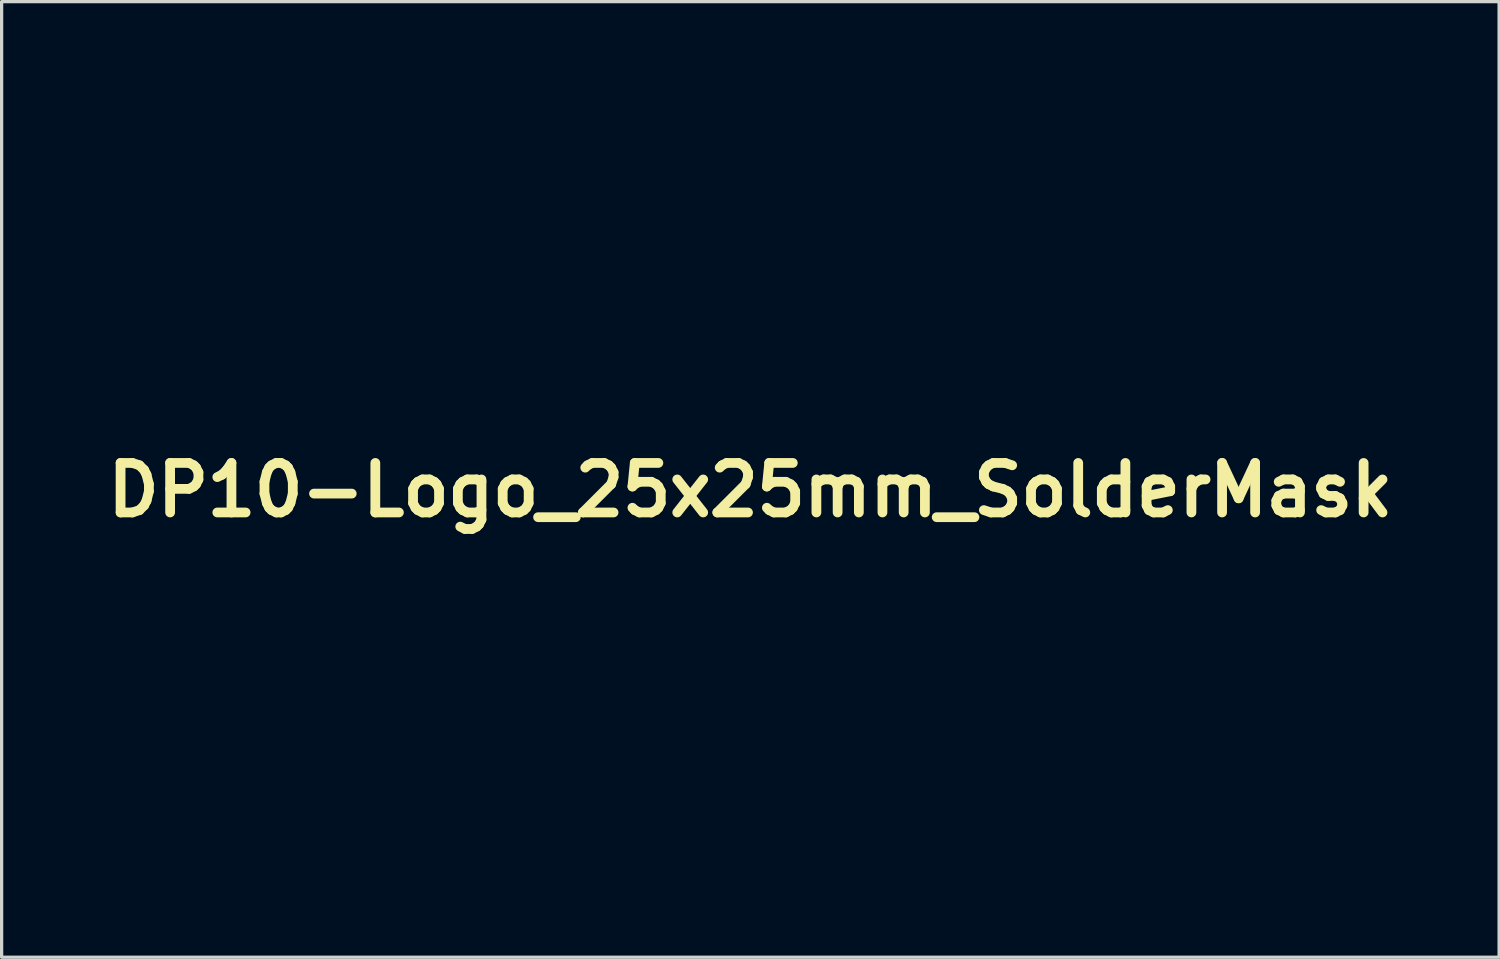
<source format=kicad_pcb>
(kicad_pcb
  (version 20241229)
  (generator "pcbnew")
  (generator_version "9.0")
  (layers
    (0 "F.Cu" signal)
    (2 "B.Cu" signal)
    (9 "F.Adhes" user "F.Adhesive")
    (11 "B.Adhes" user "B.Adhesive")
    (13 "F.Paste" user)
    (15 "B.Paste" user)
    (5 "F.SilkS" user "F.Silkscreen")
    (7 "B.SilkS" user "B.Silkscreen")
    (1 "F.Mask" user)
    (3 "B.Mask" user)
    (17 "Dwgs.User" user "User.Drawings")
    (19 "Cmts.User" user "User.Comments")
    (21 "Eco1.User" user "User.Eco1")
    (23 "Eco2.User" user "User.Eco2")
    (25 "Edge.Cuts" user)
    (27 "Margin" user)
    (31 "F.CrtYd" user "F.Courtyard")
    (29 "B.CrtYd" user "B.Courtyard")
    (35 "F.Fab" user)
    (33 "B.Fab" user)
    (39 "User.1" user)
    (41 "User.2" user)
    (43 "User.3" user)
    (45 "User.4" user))
  (footprint "DP10-Logo_25x25mm_SolderMask"
    (layer "F.Cu")
    (at 20.037 12.028)
    (property "Reference" "DP10-Logo_25x25mm_SolderMask" (at 0 0 0) (layer "F.SilkS") (effects (font (size 1.524 1.524) (thickness 0.3))))
    (attr through_hole)
    (fp_poly (pts (xy 3.81 7.07) (xy 3.768 7.112) (xy 3.725 7.07) (xy 3.768 7.027) (xy 3.81 7.07)) (stroke (width 0.01) (type solid)) (fill yes) (layer "F.Mask"))
    (fp_poly (pts (xy 2.992 0.547) (xy 3.254 0.768) (xy 3.306 0.816) (xy 3.575 1.084) (xy 3.708 1.259) (xy 3.709 1.344) (xy 3.66 1.355) (xy 3.547 1.311) (xy 3.412 1.228) (xy 3.231 1.148) (xy 3.107 1.148) (xy 2.985 1.115) (xy 2.897 0.958) (xy 2.813 0.731) (xy 2.751 0.572) (xy 2.73 0.445) (xy 2.814 0.438) (xy 2.992 0.547)) (stroke (width 0.01) (type solid)) (fill yes) (layer "F.Mask"))
    (fp_poly (pts (xy 7.364 5.147) (xy 7.368 5.245) (xy 7.235 5.389) (xy 6.969 5.568) (xy 6.78 5.669) (xy 6.481 5.818) (xy 6.302 5.897) (xy 6.213 5.917) (xy 6.183 5.886) (xy 6.181 5.855) (xy 6.224 5.744) (xy 6.333 5.558) (xy 6.373 5.497) (xy 6.57 5.28) (xy 6.83 5.162) (xy 6.931 5.139) (xy 7.219 5.107) (xy 7.364 5.147)) (stroke (width 0.01) (type solid)) (fill yes) (layer "F.Mask"))
    (fp_poly (pts (xy -2.07 -3.733) (xy -1.927 -3.644) (xy -1.675 -3.53) (xy -1.37 -3.409) (xy -1.066 -3.304) (xy -0.818 -3.234) (xy -0.705 -3.217) (xy -0.539 -3.183) (xy -0.528 -3.084) (xy -0.61 -2.98) (xy -0.685 -2.918) (xy -0.774 -2.894) (xy -0.91 -2.915) (xy -1.126 -2.987) (xy -1.456 -3.117) (xy -1.566 -3.162) (xy -1.917 -3.315) (xy -2.133 -3.436) (xy -2.242 -3.545) (xy -2.271 -3.624) (xy -2.254 -3.781) (xy -2.156 -3.796) (xy -2.07 -3.733)) (stroke (width 0.01) (type solid)) (fill yes) (layer "F.Mask"))
    (fp_poly (pts (xy -7.636 -9.179) (xy -7.62 -9.088) (xy -7.67 -8.902) (xy -7.796 -8.651) (xy -7.96 -8.396) (xy -8.124 -8.197) (xy -8.21 -8.13) (xy -8.392 -8.051) (xy -8.456 -8.082) (xy -8.436 -8.17) (xy -8.425 -8.281) (xy -8.506 -8.276) (xy -8.649 -8.16) (xy -8.678 -8.128) (xy -8.812 -7.999) (xy -8.922 -7.976) (xy -9.038 -8.015) (xy -9.124 -8.089) (xy -9.126 -8.228) (xy -9.04 -8.458) (xy -8.925 -8.687) (xy -8.764 -8.981) (xy -8.649 -9.148) (xy -8.555 -9.216) (xy -8.456 -9.209) (xy -8.427 -9.199) (xy -8.344 -9.149) (xy -8.345 -9.06) (xy -8.428 -8.884) (xy -8.519 -8.67) (xy -8.509 -8.585) (xy -8.405 -8.632) (xy -8.214 -8.808) (xy -8.149 -8.878) (xy -7.902 -9.117) (xy -7.729 -9.219) (xy -7.636 -9.179)) (stroke (width 0.01) (type solid)) (fill yes) (layer "F.Mask"))
    (fp_poly (pts (xy -6.356 -9.287) (xy -6.368 -9.144) (xy -6.374 -8.967) (xy -6.337 -8.89) (xy -6.335 -8.89) (xy -6.263 -8.838) (xy -6.303 -8.7) (xy -6.445 -8.504) (xy -6.562 -8.382) (xy -6.782 -8.209) (xy -6.932 -8.168) (xy -6.997 -8.257) (xy -6.958 -8.468) (xy -6.948 -8.495) (xy -6.907 -8.671) (xy -6.962 -8.717) (xy -7.104 -8.634) (xy -7.324 -8.426) (xy -7.366 -8.382) (xy -7.577 -8.164) (xy -7.709 -8.065) (xy -7.788 -8.071) (xy -7.839 -8.159) (xy -7.819 -8.286) (xy -7.723 -8.499) (xy -7.581 -8.754) (xy -7.42 -9.003) (xy -7.268 -9.202) (xy -7.153 -9.304) (xy -7.133 -9.31) (xy -7.039 -9.245) (xy -7.027 -9.188) (xy -7.002 -9.12) (xy -6.902 -9.145) (xy -6.752 -9.23) (xy -6.518 -9.359) (xy -6.394 -9.38) (xy -6.356 -9.287)) (stroke (width 0.01) (type solid)) (fill yes) (layer "F.Mask"))
    (fp_poly (pts (xy -9.272 -11.672) (xy -9.232 -11.606) (xy -9.184 -11.452) (xy -9.241 -11.298) (xy -9.315 -11.195) (xy -9.703 -10.679) (xy -9.973 -10.276) (xy -10.125 -9.989) (xy -10.16 -9.848) (xy -10.206 -9.691) (xy -10.332 -9.652) (xy -10.492 -9.699) (xy -10.546 -9.762) (xy -10.661 -9.836) (xy -10.874 -9.838) (xy -11.144 -9.856) (xy -11.337 -9.982) (xy -11.465 -10.135) (xy -11.515 -10.24) (xy -11.511 -10.245) (xy -11.038 -10.245) (xy -10.811 -10.245) (xy -10.633 -10.282) (xy -10.583 -10.397) (xy -10.53 -10.585) (xy -10.482 -10.651) (xy -10.434 -10.736) (xy -10.466 -10.753) (xy -10.574 -10.696) (xy -10.738 -10.555) (xy -10.795 -10.499) (xy -11.038 -10.245) (xy -11.511 -10.245) (xy -11.453 -10.329) (xy -11.292 -10.489) (xy -11.064 -10.687) (xy -11.041 -10.706) (xy -10.689 -10.953) (xy -10.394 -11.079) (xy -10.173 -11.082) (xy -10.042 -10.956) (xy -10.037 -10.945) (xy -9.988 -10.89) (xy -9.909 -10.949) (xy -9.782 -11.141) (xy -9.746 -11.202) (xy -9.562 -11.505) (xy -9.435 -11.674) (xy -9.345 -11.724) (xy -9.272 -11.672)) (stroke (width 0.01) (type solid)) (fill yes) (layer "F.Mask"))
    (fp_poly (pts (xy -5.318 -9.789) (xy -5.283 -9.561) (xy -5.326 -9.385) (xy -5.377 -9.214) (xy -5.353 -9.164) (xy -5.269 -9.19) (xy -5.028 -9.268) (xy -4.814 -9.297) (xy -4.679 -9.273) (xy -4.657 -9.236) (xy -4.725 -9.128) (xy -4.805 -9.083) (xy -4.976 -9.003) (xy -5.2 -8.882) (xy -5.231 -8.864) (xy -5.508 -8.701) (xy -5.286 -8.409) (xy -5.159 -8.223) (xy -5.102 -8.097) (xy -5.106 -8.074) (xy -5.199 -8.084) (xy -5.388 -8.157) (xy -5.502 -8.212) (xy -5.713 -8.309) (xy -5.867 -8.329) (xy -5.995 -8.255) (xy -6.133 -8.067) (xy -6.308 -7.754) (xy -6.473 -7.485) (xy -6.618 -7.321) (xy -6.724 -7.275) (xy -6.772 -7.362) (xy -6.773 -7.391) (xy -6.735 -7.516) (xy -6.635 -7.741) (xy -6.493 -8.021) (xy -6.479 -8.047) (xy -6.334 -8.335) (xy -6.228 -8.58) (xy -6.183 -8.731) (xy -6.183 -8.737) (xy -6.127 -8.883) (xy -5.989 -9.081) (xy -5.921 -9.16) (xy -5.724 -9.397) (xy -5.56 -9.635) (xy -5.53 -9.688) (xy -5.435 -9.845) (xy -5.372 -9.864) (xy -5.318 -9.789)) (stroke (width 0.01) (type solid)) (fill yes) (layer "F.Mask"))
    (fp_poly (pts (xy -7.128 -11.707) (xy -7.072 -11.605) (xy -6.954 -11.462) (xy -6.776 -11.439) (xy -6.635 -11.517) (xy -6.505 -11.562) (xy -6.353 -11.529) (xy -6.267 -11.441) (xy -6.265 -11.425) (xy -6.191 -11.364) (xy -6.009 -11.306) (xy -5.969 -11.297) (xy -5.773 -11.233) (xy -5.675 -11.147) (xy -5.673 -11.132) (xy -5.747 -11.056) (xy -5.925 -10.987) (xy -6.144 -10.942) (xy -6.338 -10.934) (xy -6.422 -10.956) (xy -6.502 -10.962) (xy -6.601 -10.873) (xy -6.73 -10.672) (xy -6.904 -10.339) (xy -6.998 -10.144) (xy -7.183 -9.78) (xy -7.327 -9.551) (xy -7.448 -9.432) (xy -7.556 -9.399) (xy -7.607 -9.425) (xy -7.605 -9.518) (xy -7.542 -9.703) (xy -7.411 -10.001) (xy -7.287 -10.264) (xy -7.118 -10.647) (xy -7.042 -10.901) (xy -7.059 -11.033) (xy -7.169 -11.056) (xy -7.26 -11.029) (xy -7.335 -10.975) (xy -7.268 -10.914) (xy -7.237 -10.82) (xy -7.326 -10.685) (xy -7.505 -10.54) (xy -7.741 -10.419) (xy -7.785 -10.403) (xy -8.002 -10.262) (xy -8.124 -10.09) (xy -8.312 -9.704) (xy -8.498 -9.468) (xy -8.641 -9.379) (xy -8.771 -9.35) (xy -8.8 -9.426) (xy -8.784 -9.53) (xy -8.771 -9.673) (xy -8.822 -9.669) (xy -8.833 -9.658) (xy -8.962 -9.572) (xy -9.019 -9.617) (xy -9 -9.716) (xy -8.978 -9.805) (xy -9.033 -9.784) (xy -9.134 -9.698) (xy -9.26 -9.578) (xy -9.261 -9.518) (xy -9.156 -9.471) (xy -8.98 -9.338) (xy -8.943 -9.12) (xy -9.045 -8.811) (xy -9.108 -8.691) (xy -9.332 -8.354) (xy -9.549 -8.149) (xy -9.742 -8.09) (xy -9.789 -8.101) (xy -9.877 -8.081) (xy -9.906 -7.918) (xy -9.906 -7.902) (xy -9.953 -7.651) (xy -10.07 -7.431) (xy -10.222 -7.298) (xy -10.293 -7.281) (xy -10.381 -7.341) (xy -10.376 -7.472) (xy -10.279 -7.991) (xy -10.223 -8.457) (xy -10.215 -8.824) (xy -10.221 -8.891) (xy -9.641 -8.891) (xy -9.578 -8.812) (xy -9.572 -8.808) (xy -9.505 -8.699) (xy -9.519 -8.645) (xy -9.526 -8.561) (xy -9.497 -8.551) (xy -9.435 -8.626) (xy -9.387 -8.809) (xy -9.382 -8.848) (xy -9.375 -9.07) (xy -9.426 -9.135) (xy -9.541 -9.047) (xy -9.573 -9.011) (xy -9.641 -8.891) (xy -10.221 -8.891) (xy -10.222 -8.911) (xy -10.223 -9.141) (xy -10.127 -9.243) (xy -9.909 -9.242) (xy -9.88 -9.237) (xy -9.765 -9.272) (xy -9.64 -9.346) (xy -9.468 -9.467) (xy -9.645 -9.523) (xy -9.842 -9.653) (xy -9.934 -9.852) (xy -9.927 -9.907) (xy -9.557 -9.907) (xy -9.531 -9.853) (xy -9.398 -9.906) (xy -9.264 -10.007) (xy -9.229 -10.073) (xy -9.28 -10.186) (xy -9.389 -10.181) (xy -9.478 -10.083) (xy -9.557 -9.907) (xy -9.927 -9.907) (xy -9.917 -9.998) (xy -9.803 -10.187) (xy -9.683 -10.335) (xy -9.293 -10.335) (xy -9.281 -10.329) (xy -9.204 -10.389) (xy -9.186 -10.414) (xy -9.165 -10.493) (xy -9.176 -10.499) (xy -9.254 -10.439) (xy -9.271 -10.414) (xy -9.293 -10.335) (xy -9.683 -10.335) (xy -9.615 -10.418) (xy -9.397 -10.643) (xy -9.196 -10.812) (xy -9.088 -10.872) (xy -8.917 -10.881) (xy -8.846 -10.835) (xy -8.751 -10.804) (xy -8.626 -10.889) (xy -8.46 -10.986) (xy -8.36 -10.946) (xy -8.345 -10.797) (xy -8.417 -10.597) (xy -8.508 -10.408) (xy -8.551 -10.291) (xy -8.551 -10.285) (xy -8.507 -10.315) (xy -8.387 -10.457) (xy -8.214 -10.682) (xy -8.103 -10.834) (xy -7.689 -10.834) (xy -7.654 -10.746) (xy -7.551 -10.771) (xy -7.513 -10.803) (xy -7.494 -10.916) (xy -7.511 -10.98) (xy -7.566 -11.059) (xy -7.63 -10.993) (xy -7.689 -10.834) (xy -8.103 -10.834) (xy -8.008 -10.964) (xy -7.83 -11.218) (xy -7.535 -11.218) (xy -7.493 -11.176) (xy -7.451 -11.218) (xy -7.493 -11.261) (xy -7.535 -11.218) (xy -7.83 -11.218) (xy -7.791 -11.273) (xy -7.757 -11.324) (xy -7.606 -11.529) (xy -7.487 -11.659) (xy -7.446 -11.684) (xy -7.315 -11.711) (xy -7.254 -11.732) (xy -7.128 -11.707)) (stroke (width 0.01) (type solid)) (fill yes) (layer "F.Mask"))
    (fp_poly (pts (xy 1.19 -11.965) (xy 1.726 -11.808) (xy 2.28 -11.572) (xy 2.804 -11.279) (xy 3.248 -10.95) (xy 3.323 -10.882) (xy 3.481 -10.697) (xy 3.553 -10.542) (xy 3.534 -10.449) (xy 3.417 -10.452) (xy 3.408 -10.455) (xy 3.221 -10.531) (xy 3.151 -10.559) (xy 3.087 -10.562) (xy 3.108 -10.463) (xy 3.146 -10.376) (xy 3.207 -10.161) (xy 3.154 -9.993) (xy 3.106 -9.866) (xy 3.2 -9.802) (xy 3.233 -9.793) (xy 3.363 -9.709) (xy 3.363 -9.57) (xy 3.362 -9.432) (xy 3.415 -9.406) (xy 3.642 -9.399) (xy 3.726 -9.304) (xy 3.727 -9.292) (xy 3.779 -9.157) (xy 3.9 -8.978) (xy 3.903 -8.975) (xy 4.078 -8.763) (xy 4.034 -9.059) (xy 3.984 -9.358) (xy 3.932 -9.631) (xy 3.908 -9.825) (xy 3.957 -9.9) (xy 4.001 -9.906) (xy 4.121 -9.833) (xy 4.242 -9.608) (xy 4.361 -9.246) (xy 4.454 -9.114) (xy 4.628 -9.114) (xy 4.69 -9.144) (xy 5.292 -9.144) (xy 5.294 -9.09) (xy 5.388 -9.04) (xy 5.596 -8.989) (xy 5.941 -8.93) (xy 6.132 -8.902) (xy 6.231 -8.952) (xy 6.393 -9.093) (xy 6.479 -9.183) (xy 6.748 -9.476) (xy 6.358 -9.428) (xy 5.95 -9.365) (xy 5.611 -9.288) (xy 5.378 -9.206) (xy 5.292 -9.144) (xy 4.69 -9.144) (xy 4.893 -9.245) (xy 4.995 -9.313) (xy 5.269 -9.462) (xy 5.633 -9.586) (xy 6.119 -9.693) (xy 6.392 -9.74) (xy 6.768 -9.81) (xy 7.145 -9.895) (xy 7.396 -9.965) (xy 7.632 -10.028) (xy 7.851 -10.053) (xy 8.089 -10.034) (xy 8.378 -9.964) (xy 8.753 -9.839) (xy 9.248 -9.651) (xy 9.261 -9.646) (xy 9.7 -9.467) (xy 10.022 -9.312) (xy 10.273 -9.155) (xy 10.497 -8.969) (xy 10.617 -8.853) (xy 10.989 -8.406) (xy 11.344 -7.842) (xy 11.652 -7.212) (xy 11.82 -6.773) (xy 11.925 -6.327) (xy 11.969 -5.778) (xy 11.972 -5.546) (xy 11.944 -5.053) (xy 11.862 -4.582) (xy 11.714 -4.115) (xy 11.491 -3.634) (xy 11.183 -3.122) (xy 10.779 -2.561) (xy 10.271 -1.933) (xy 9.648 -1.221) (xy 9.347 -0.89) (xy 8.965 -0.478) (xy 8.606 -0.098) (xy 8.291 0.228) (xy 8.041 0.478) (xy 7.876 0.631) (xy 7.846 0.655) (xy 7.494 0.815) (xy 7.091 0.833) (xy 6.821 0.764) (xy 6.688 0.727) (xy 6.624 0.752) (xy 6.636 0.851) (xy 6.731 1.04) (xy 6.912 1.329) (xy 7.188 1.735) (xy 7.352 1.97) (xy 7.827 2.668) (xy 8.209 3.291) (xy 8.511 3.874) (xy 8.748 4.455) (xy 8.933 5.07) (xy 9.079 5.755) (xy 9.2 6.548) (xy 9.277 7.177) (xy 9.333 7.759) (xy 9.376 8.37) (xy 9.406 8.983) (xy 9.423 9.571) (xy 9.425 10.107) (xy 9.413 10.562) (xy 9.386 10.911) (xy 9.344 11.126) (xy 9.33 11.157) (xy 9.284 11.228) (xy 9.222 11.279) (xy 9.119 11.312) (xy 8.947 11.33) (xy 8.681 11.336) (xy 8.295 11.333) (xy 7.849 11.326) (xy 6.477 11.303) (xy 6.461 10.964) (xy 6.423 10.332) (xy 6.374 9.824) (xy 6.352 9.68) (xy 9.088 9.68) (xy 9.099 9.731) (xy 9.144 9.737) (xy 9.214 9.706) (xy 9.2 9.68) (xy 9.1 9.67) (xy 9.088 9.68) (xy 6.352 9.68) (xy 6.338 9.596) (xy 8.58 9.596) (xy 8.591 9.646) (xy 8.636 9.652) (xy 8.706 9.621) (xy 8.692 9.596) (xy 8.592 9.585) (xy 8.58 9.596) (xy 6.338 9.596) (xy 6.327 9.525) (xy 8.128 9.525) (xy 8.17 9.567) (xy 8.213 9.525) (xy 8.17 9.483) (xy 8.128 9.525) (xy 6.327 9.525) (xy 6.317 9.455) (xy 6.29 9.356) (xy 6.943 9.356) (xy 6.985 9.398) (xy 7.027 9.356) (xy 6.985 9.313) (xy 6.943 9.356) (xy 6.29 9.356) (xy 6.27 9.282) (xy 6.199 9.083) (xy 6.201 8.997) (xy 6.289 8.975) (xy 6.353 8.975) (xy 6.415 8.969) (xy 6.459 8.936) (xy 6.487 8.852) (xy 6.501 8.694) (xy 6.503 8.439) (xy 6.494 8.063) (xy 6.478 7.543) (xy 6.477 7.5) (xy 6.46 6.945) (xy 6.458 6.785) (xy 6.669 6.785) (xy 6.675 6.9) (xy 6.705 7.128) (xy 6.743 7.264) (xy 6.761 7.281) (xy 6.788 7.206) (xy 6.793 7.015) (xy 6.787 6.9) (xy 6.757 6.673) (xy 6.719 6.537) (xy 6.701 6.519) (xy 6.674 6.595) (xy 6.669 6.785) (xy 6.458 6.785) (xy 6.455 6.536) (xy 6.465 6.25) (xy 6.496 6.065) (xy 6.552 5.958) (xy 6.637 5.905) (xy 6.756 5.884) (xy 6.797 5.881) (xy 6.956 5.916) (xy 7.007 5.962) (xy 7.028 6.073) (xy 7.051 6.324) (xy 7.073 6.686) (xy 7.094 7.132) (xy 7.11 7.578) (xy 7.154 9.102) (xy 7.408 9.123) (xy 7.635 9.151) (xy 7.945 9.198) (xy 8.157 9.235) (xy 8.426 9.278) (xy 8.62 9.297) (xy 8.687 9.291) (xy 8.693 9.188) (xy 8.663 8.951) (xy 8.605 8.609) (xy 8.524 8.191) (xy 8.427 7.728) (xy 8.319 7.249) (xy 8.207 6.784) (xy 8.097 6.363) (xy 7.996 6.014) (xy 7.995 6.008) (xy 7.757 5.349) (xy 7.446 4.622) (xy 7.078 3.863) (xy 6.926 3.577) (xy 7.774 3.577) (xy 7.802 3.835) (xy 7.922 4.228) (xy 8.103 4.682) (xy 8.279 5.107) (xy 8.453 5.551) (xy 8.597 5.945) (xy 8.649 6.1) (xy 8.745 6.385) (xy 8.824 6.594) (xy 8.869 6.687) (xy 8.872 6.689) (xy 8.881 6.613) (xy 8.869 6.418) (xy 8.85 6.244) (xy 8.753 5.667) (xy 8.61 5.056) (xy 8.437 4.472) (xy 8.25 3.976) (xy 8.184 3.833) (xy 8.046 3.57) (xy 7.931 3.38) (xy 7.863 3.302) (xy 7.861 3.302) (xy 7.812 3.376) (xy 7.776 3.557) (xy 7.774 3.577) (xy 6.926 3.577) (xy 6.672 3.102) (xy 6.247 2.375) (xy 5.821 1.713) (xy 5.412 1.15) (xy 5.078 0.759) (xy 4.867 0.541) (xy 4.77 0.448) (xy 4.785 0.481) (xy 4.903 0.626) (xy 5.127 0.909) (xy 5.234 1.088) (xy 5.231 1.173) (xy 5.183 1.185) (xy 5.098 1.129) (xy 4.926 0.978) (xy 4.701 0.761) (xy 4.612 0.671) (xy 4.358 0.423) (xy 4.13 0.216) (xy 3.967 0.086) (xy 3.937 0.068) (xy 3.872 0.035) (xy 3.841 0.028) (xy 3.856 0.063) (xy 3.929 0.156) (xy 4.074 0.322) (xy 4.303 0.577) (xy 4.629 0.938) (xy 4.746 1.068) (xy 5.045 1.425) (xy 5.349 1.834) (xy 5.601 2.217) (xy 5.647 2.295) (xy 5.862 2.679) (xy 5.998 2.939) (xy 6.063 3.101) (xy 6.065 3.185) (xy 6.013 3.215) (xy 5.978 3.217) (xy 5.86 3.26) (xy 5.842 3.302) (xy 5.89 3.376) (xy 5.905 3.377) (xy 5.984 3.369) (xy 6.044 3.387) (xy 6.089 3.448) (xy 6.12 3.57) (xy 6.139 3.771) (xy 6.146 4.069) (xy 6.145 4.482) (xy 6.136 5.028) (xy 6.121 5.726) (xy 6.121 5.728) (xy 6.106 6.456) (xy 6.099 7.027) (xy 6.1 7.455) (xy 6.108 7.752) (xy 6.125 7.932) (xy 6.149 8.008) (xy 6.167 8.009) (xy 6.231 8.027) (xy 6.262 8.19) (xy 6.265 8.335) (xy 6.249 8.564) (xy 6.207 8.702) (xy 6.181 8.721) (xy 6.118 8.648) (xy 6.096 8.503) (xy 6.045 8.286) (xy 5.923 8.112) (xy 5.78 8.043) (xy 5.727 7.968) (xy 5.689 7.783) (xy 5.684 7.726) (xy 5.661 7.413) (xy 5.642 7.236) (xy 5.619 7.161) (xy 5.588 7.155) (xy 5.577 7.161) (xy 5.471 7.144) (xy 5.353 7.021) (xy 5.268 6.848) (xy 5.249 6.739) (xy 5.216 6.533) (xy 5.121 6.479) (xy 5.022 6.532) (xy 4.893 6.586) (xy 4.836 6.532) (xy 4.895 6.416) (xy 4.99 6.254) (xy 4.922 6.128) (xy 4.72 6.051) (xy 4.496 5.985) (xy 4.341 5.908) (xy 4.339 5.907) (xy 4.247 5.868) (xy 4.233 5.909) (xy 4.205 6.065) (xy 4.188 6.116) (xy 4.212 6.242) (xy 4.322 6.444) (xy 4.441 6.609) (xy 4.605 6.831) (xy 4.714 7.007) (xy 4.741 7.078) (xy 4.799 7.198) (xy 4.919 7.332) (xy 5.089 7.526) (xy 5.23 7.747) (xy 5.304 7.955) (xy 5.385 8.292) (xy 5.468 8.721) (xy 5.547 9.202) (xy 5.616 9.695) (xy 5.67 10.163) (xy 5.703 10.566) (xy 5.708 10.865) (xy 5.702 10.943) (xy 5.651 11.345) (xy 3.679 11.345) (xy 3.012 11.343) (xy 2.494 11.336) (xy 2.104 11.323) (xy 1.821 11.302) (xy 1.625 11.273) (xy 1.495 11.234) (xy 1.467 11.221) (xy 1.267 11.129) (xy 0.971 11.008) (xy 0.641 10.882) (xy 0.635 10.88) (xy 0.412 10.795) (xy 2.032 10.795) (xy 2.074 10.837) (xy 2.117 10.795) (xy 2.074 10.753) (xy 2.032 10.795) (xy 0.412 10.795) (xy 0.21 10.718) (xy -0.066 10.594) (xy -0.204 10.493) (xy -0.218 10.401) (xy -0.12 10.304) (xy 0.042 10.208) (xy 0.34 10.048) (xy 0.643 10.379) (xy 0.947 10.71) (xy 0.702 10.372) (xy 0.588 10.21) (xy 1.161 10.21) (xy 1.164 10.298) (xy 1.211 10.44) (xy 1.278 10.608) (xy 1.314 10.627) (xy 1.324 10.583) (xy 2.117 10.583) (xy 2.148 10.653) (xy 2.173 10.64) (xy 2.183 10.539) (xy 2.173 10.527) (xy 2.123 10.539) (xy 2.117 10.583) (xy 1.324 10.583) (xy 1.338 10.519) (xy 1.388 10.389) (xy 1.399 10.387) (xy 2.201 10.387) (xy 2.224 10.425) (xy 2.287 10.315) (xy 2.384 10.071) (xy 2.448 9.889) (xy 2.526 9.638) (xy 2.564 9.478) (xy 2.553 9.443) (xy 2.552 9.444) (xy 2.494 9.553) (xy 2.408 9.762) (xy 2.315 10.009) (xy 2.239 10.235) (xy 2.202 10.376) (xy 2.201 10.387) (xy 1.399 10.387) (xy 1.445 10.375) (xy 1.494 10.332) (xy 1.521 10.165) (xy 1.524 10.075) (xy 1.506 9.858) (xy 1.459 9.774) (xy 1.439 9.779) (xy 1.375 9.895) (xy 1.355 10.047) (xy 1.325 10.203) (xy 1.234 10.216) (xy 1.161 10.21) (xy 0.588 10.21) (xy 0.517 10.108) (xy 0.346 9.852) (xy 0.299 9.779) (xy 0.164 9.601) (xy -0.055 9.354) (xy -0.315 9.085) (xy -0.385 9.017) (xy -0.912 8.509) (xy -1.408 8.896) (xy -1.781 9.219) (xy -2.001 9.493) (xy -2.076 9.729) (xy -2.033 9.904) (xy -1.867 10.04) (xy -1.577 10.073) (xy -1.173 10.001) (xy -1.089 9.977) (xy -0.849 9.881) (xy -0.767 9.786) (xy -0.85 9.699) (xy -0.889 9.683) (xy -1.002 9.57) (xy -1.016 9.504) (xy -0.985 9.429) (xy -0.868 9.406) (xy -0.625 9.429) (xy -0.617 9.43) (xy -0.301 9.493) (xy -0.134 9.579) (xy -0.119 9.697) (xy -0.257 9.854) (xy -0.551 10.058) (xy -0.823 10.216) (xy -1.366 10.519) (xy -1.127 10.667) (xy -0.907 10.828) (xy -0.707 11.016) (xy -0.565 11.19) (xy -0.518 11.309) (xy -0.52 11.318) (xy -0.608 11.33) (xy -0.851 11.34) (xy -1.235 11.349) (xy -1.746 11.357) (xy -2.37 11.362) (xy -3.093 11.367) (xy -3.901 11.369) (xy -4.78 11.369) (xy -5.715 11.367) (xy -6.117 11.366) (xy -7.225 11.361) (xy -8.176 11.357) (xy -8.981 11.352) (xy -9.653 11.347) (xy -10.204 11.34) (xy -10.645 11.332) (xy -10.989 11.322) (xy -11.248 11.31) (xy -11.434 11.295) (xy -11.558 11.277) (xy -11.633 11.256) (xy -11.671 11.232) (xy -11.683 11.203) (xy -11.684 11.192) (xy -11.635 11.003) (xy -11.565 10.876) (xy -11.471 10.776) (xy -11.357 10.759) (xy -11.159 10.817) (xy -11.131 10.827) (xy -10.917 10.892) (xy -10.802 10.885) (xy -10.744 10.825) (xy -10.69 10.726) (xy -10.7 10.651) (xy -10.799 10.575) (xy -11.015 10.47) (xy -11.167 10.403) (xy -11.461 10.273) (xy -10.894 10.273) (xy -10.882 10.323) (xy -10.837 10.329) (xy -10.768 10.298) (xy -10.781 10.273) (xy -10.881 10.263) (xy -10.894 10.273) (xy -11.461 10.273) (xy -11.667 10.182) (xy -11.753 10.372) (xy -11.819 10.572) (xy -11.881 10.85) (xy -11.898 10.953) (xy -11.946 11.195) (xy -12.014 11.311) (xy -12.128 11.345) (xy -12.157 11.345) (xy -12.29 11.327) (xy -12.328 11.237) (xy -12.305 11.07) (xy -12.248 10.847) (xy -12.149 10.537) (xy -12.045 10.245) (xy -11.975 10.037) (xy -11.396 10.037) (xy -11.308 10.12) (xy -11.148 10.217) (xy -11.059 10.245) (xy -11.05 10.204) (xy -11.139 10.12) (xy -11.299 10.023) (xy -11.388 9.996) (xy -11.396 10.037) (xy -11.975 10.037) (xy -11.955 9.977) (xy -11.899 9.737) (xy -11.247 9.737) (xy -11.234 9.857) (xy -11.205 9.842) (xy -11.193 9.669) (xy -11.205 9.631) (xy -11.235 9.62) (xy -11.247 9.737) (xy -11.899 9.737) (xy -11.888 9.693) (xy -11.863 9.525) (xy -3.048 9.525) (xy -3.006 9.567) (xy -2.963 9.525) (xy -3.006 9.483) (xy -3.048 9.525) (xy -11.863 9.525) (xy -11.838 9.353) (xy -11.798 8.918) (xy -11.793 8.848) (xy -11.162 8.848) (xy -11.157 9.081) (xy -11.149 9.181) (xy -11.136 9.141) (xy -11.127 9.048) (xy -2.986 9.048) (xy -2.973 9.152) (xy -2.923 9.44) (xy -2.896 9.169) (xy -2.826 8.941) (xy -2.642 8.76) (xy -2.573 8.715) (xy -2.381 8.609) (xy -2.258 8.565) (xy -2.241 8.568) (xy -2.252 8.659) (xy -2.315 8.867) (xy -2.416 9.153) (xy -2.457 9.261) (xy -2.586 9.608) (xy -2.667 9.848) (xy -2.698 9.969) (xy -2.676 9.959) (xy -2.599 9.808) (xy -2.543 9.687) (xy -2.377 9.413) (xy -2.147 9.147) (xy -2.07 9.078) (xy -1.781 8.865) (xy -1.461 8.663) (xy -1.383 8.619) (xy -1.171 8.498) (xy -1.038 8.407) (xy -1.016 8.379) (xy -1.081 8.31) (xy -1.24 8.202) (xy -1.263 8.188) (xy -1.481 7.981) (xy -1.527 7.876) (xy -0.667 7.876) (xy -0.642 8.185) (xy -0.56 8.425) (xy -0.546 8.448) (xy -0.423 8.6) (xy -0.367 8.624) (xy -0.396 8.521) (xy -0.429 8.456) (xy -0.502 8.263) (xy -0.571 7.99) (xy -0.591 7.885) (xy -0.657 7.493) (xy -0.667 7.876) (xy -1.527 7.876) (xy -1.567 7.788) (xy -1.621 7.612) (xy -1.697 7.53) (xy -1.812 7.551) (xy -1.982 7.683) (xy -2.223 7.934) (xy -2.51 8.263) (xy -2.752 8.555) (xy -2.9 8.758) (xy -2.971 8.91) (xy -2.986 9.048) (xy -11.127 9.048) (xy -11.117 8.95) (xy -11.09 8.602) (xy -11.083 8.509) (xy -11.074 8.417) (xy -4.819 8.417) (xy -4.804 8.527) (xy -4.775 8.528) (xy -4.755 8.415) (xy -4.768 8.366) (xy -4.806 8.334) (xy -4.819 8.417) (xy -11.074 8.417) (xy -11.036 8.037) (xy -10.966 7.541) (xy -10.957 7.493) (xy -6.773 7.493) (xy -6.731 7.535) (xy -6.689 7.493) (xy -6.731 7.451) (xy -6.773 7.493) (xy -10.957 7.493) (xy -10.926 7.324) (xy -6.943 7.324) (xy -6.9 7.366) (xy -6.858 7.324) (xy -6.9 7.281) (xy -6.943 7.324) (xy -10.926 7.324) (xy -10.915 7.262) (xy -5.961 7.262) (xy -5.94 7.416) (xy -5.876 7.591) (xy -5.819 7.684) (xy -5.721 7.781) (xy -5.689 7.728) (xy -5.707 7.579) (xy -5.726 7.518) (xy -5.449 7.518) (xy -5.42 7.656) (xy -5.402 7.672) (xy -5.305 7.643) (xy -5.128 7.517) (xy -4.907 7.319) (xy -4.879 7.291) (xy -4.651 7.079) (xy -4.461 6.925) (xy -4.347 6.859) (xy -4.342 6.858) (xy -4.21 6.907) (xy -4.205 7.028) (xy -4.326 7.183) (xy -4.353 7.206) (xy -4.505 7.36) (xy -4.572 7.495) (xy -4.572 7.499) (xy -4.617 7.608) (xy -4.651 7.62) (xy -4.712 7.686) (xy -4.714 7.843) (xy -4.667 8.026) (xy -4.581 8.171) (xy -4.558 8.191) (xy -4.368 8.258) (xy -4.213 8.192) (xy -4.149 8.018) (xy -4.149 8.017) (xy -4.129 7.9) (xy -4.057 7.932) (xy -4.047 7.942) (xy -3.926 8.027) (xy -3.843 8.034) (xy -3.852 7.959) (xy -3.852 7.959) (xy -3.858 7.884) (xy -3.766 7.884) (xy -3.625 7.95) (xy -3.542 8.014) (xy -3.42 8.186) (xy -3.387 8.314) (xy -3.334 8.51) (xy -3.283 8.585) (xy -3.196 8.633) (xy -3.09 8.57) (xy -2.965 8.428) (xy -2.768 8.207) (xy -2.518 7.962) (xy -2.413 7.869) (xy -2.168 7.652) (xy -2.039 7.512) (xy -2.011 7.419) (xy -2.067 7.343) (xy -2.113 7.308) (xy -2.245 7.173) (xy -2.408 6.951) (xy -2.474 6.846) (xy -1.858 6.846) (xy -1.801 7.129) (xy -1.681 7.333) (xy -1.642 7.372) (xy -1.462 7.577) (xy -1.335 7.786) (xy -1.333 7.789) (xy -1.293 7.855) (xy -1.258 7.828) (xy -1.222 7.691) (xy -1.182 7.424) (xy -1.175 7.366) (xy -0.339 7.366) (xy -0.302 7.67) (xy -0.207 8.059) (xy -0.073 8.468) (xy 0.077 8.834) (xy 0.216 9.08) (xy 0.394 9.344) (xy 0.57 9.637) (xy 0.595 9.681) (xy 0.711 9.869) (xy 0.795 9.964) (xy 0.814 9.967) (xy 0.823 9.87) (xy 0.811 9.647) (xy 0.78 9.34) (xy 0.766 9.22) (xy 0.723 8.789) (xy 0.69 8.284) (xy 0.69 8.263) (xy 2.981 8.263) (xy 3.01 8.263) (xy 3.133 8.206) (xy 3.3 8.122) (xy 3.38 8.074) (xy 3.401 8.032) (xy 3.323 8.047) (xy 3.199 8.102) (xy 3.085 8.175) (xy 2.981 8.263) (xy 0.69 8.263) (xy 0.673 7.8) (xy 0.672 7.707) (xy 0.658 7.281) (xy 0.648 7.154) (xy 1.016 7.154) (xy 1.058 7.197) (xy 1.101 7.154) (xy 1.058 7.112) (xy 1.016 7.154) (xy 0.648 7.154) (xy 0.625 6.853) (xy 0.621 6.826) (xy 2.867 6.826) (xy 2.979 6.841) (xy 3.006 6.841) (xy 3.15 6.832) (xy 3.163 6.806) (xy 3.155 6.802) (xy 2.987 6.786) (xy 2.901 6.799) (xy 2.867 6.826) (xy 0.621 6.826) (xy 0.579 6.496) (xy 0.562 6.405) (xy 0.457 5.91) (xy 0.059 6.503) (xy -0.196 6.925) (xy -0.323 7.243) (xy -0.339 7.366) (xy -1.175 7.366) (xy -1.131 7.007) (xy -1.129 6.985) (xy -1.064 6.479) (xy -0.978 5.887) (xy -0.882 5.288) (xy -0.803 4.834) (xy -0.645 3.752) (xy -0.593 2.781) (xy -0.595 2.377) (xy -0.604 2.112) (xy -0.627 1.958) (xy -0.668 1.885) (xy -0.733 1.864) (xy -0.762 1.863) (xy -0.9 1.827) (xy -0.931 1.778) (xy -1 1.714) (xy -1.153 1.696) (xy -1.315 1.724) (xy -1.399 1.782) (xy -1.418 1.894) (xy -1.432 2.143) (xy -1.442 2.497) (xy -1.445 2.924) (xy -1.444 3.131) (xy -1.444 3.682) (xy -1.459 4.117) (xy -1.492 4.49) (xy -1.549 4.855) (xy -1.635 5.264) (xy -1.648 5.322) (xy -1.781 5.962) (xy -1.851 6.463) (xy -1.858 6.846) (xy -2.474 6.846) (xy -2.492 6.817) (xy -2.636 6.601) (xy -2.762 6.462) (xy -2.814 6.435) (xy -2.935 6.38) (xy -3.107 6.247) (xy -3.138 6.218) (xy -3.364 6.002) (xy -3.415 6.261) (xy -3.489 6.459) (xy -3.61 6.505) (xy -3.795 6.403) (xy -3.882 6.329) (xy -4.018 6.222) (xy -4.052 6.243) (xy -4.043 6.273) (xy -4.038 6.453) (xy -4.064 6.519) (xy -4.141 6.574) (xy -4.27 6.517) (xy -4.349 6.459) (xy -4.481 6.327) (xy -4.512 6.235) (xy -4.508 6.23) (xy -4.512 6.203) (xy -4.619 6.235) (xy -4.783 6.309) (xy -4.956 6.405) (xy -4.971 6.415) (xy -5.158 6.535) (xy -4.977 6.78) (xy -4.867 6.971) (xy -4.86 7.081) (xy -4.944 7.085) (xy -5.065 6.999) (xy -5.214 6.888) (xy -5.303 6.863) (xy -5.299 6.931) (xy -5.289 6.946) (xy -5.285 7.083) (xy -5.314 7.137) (xy -5.41 7.321) (xy -5.449 7.518) (xy -5.726 7.518) (xy -5.788 7.308) (xy -5.902 7.199) (xy -5.924 7.197) (xy -5.961 7.262) (xy -10.915 7.262) (xy -10.885 7.097) (xy -10.841 6.908) (xy -10.713 6.218) (xy -10.699 5.899) (xy -7.23 5.899) (xy -7.188 6.019) (xy -7.155 6.088) (xy -7.048 6.464) (xy -7.056 6.666) (xy -7.103 6.955) (xy -7.01 6.816) (xy -5.842 6.816) (xy -5.8 6.858) (xy -5.757 6.816) (xy -5.8 6.773) (xy -5.842 6.816) (xy -7.01 6.816) (xy -6.86 6.593) (xy -6.841 6.562) (xy -5.842 6.562) (xy -5.8 6.604) (xy -5.757 6.562) (xy -5.8 6.519) (xy -5.842 6.562) (xy -6.841 6.562) (xy -6.79 6.477) (xy -5.673 6.477) (xy -5.63 6.519) (xy -5.588 6.477) (xy -5.63 6.435) (xy -5.673 6.477) (xy -6.79 6.477) (xy -6.75 6.411) (xy -5.495 6.411) (xy -5.41 6.393) (xy -5.394 6.387) (xy -5.29 6.32) (xy -5.289 6.282) (xy -5.379 6.291) (xy -5.441 6.339) (xy -5.495 6.411) (xy -6.75 6.411) (xy -6.729 6.375) (xy -6.682 6.269) (xy -5.166 6.269) (xy -5.061 6.243) (xy -4.884 6.167) (xy -4.822 6.136) (xy -4.652 6.037) (xy -4.573 5.968) (xy -4.572 5.965) (xy -4.636 5.975) (xy -4.789 6.036) (xy -4.97 6.122) (xy -5.117 6.204) (xy -5.158 6.234) (xy -5.166 6.269) (xy -6.682 6.269) (xy -6.659 6.214) (xy -6.656 6.165) (xy -6.652 6.047) (xy -6.603 5.925) (xy -6.552 5.816) (xy -6.586 5.792) (xy -6.734 5.845) (xy -6.802 5.873) (xy -7.027 5.945) (xy -7.163 5.924) (xy -7.197 5.897) (xy -7.23 5.899) (xy -10.699 5.899) (xy -10.681 5.476) (xy -10.681 5.469) (xy -10.682 5.376) (xy -7.874 5.376) (xy -7.832 5.419) (xy -7.789 5.376) (xy -7.832 5.334) (xy -7.874 5.376) (xy -10.682 5.376) (xy -10.685 5.207) (xy -7.959 5.207) (xy -7.916 5.249) (xy -7.874 5.207) (xy -7.916 5.165) (xy -7.959 5.207) (xy -10.685 5.207) (xy -10.688 5.038) (xy -8.043 5.038) (xy -8.001 5.08) (xy -7.959 5.038) (xy -8.001 4.995) (xy -8.043 5.038) (xy -10.688 5.038) (xy -10.694 4.699) (xy -10.753 5.597) (xy -10.783 5.977) (xy -10.818 6.297) (xy -10.852 6.519) (xy -10.874 6.595) (xy -10.927 6.752) (xy -10.986 7.037) (xy -11.043 7.407) (xy -11.095 7.821) (xy -11.135 8.237) (xy -11.159 8.613) (xy -11.162 8.848) (xy -11.793 8.848) (xy -11.766 8.424) (xy -11.728 7.897) (xy -11.714 7.758) (xy -11.4 7.758) (xy -11.382 7.824) (xy -11.348 7.789) (xy -11.289 7.619) (xy -11.262 7.383) (xy -11.262 7.373) (xy -11.27 7.171) (xy -11.293 7.134) (xy -11.33 7.258) (xy -11.377 7.535) (xy -11.4 7.758) (xy -11.714 7.758) (xy -11.672 7.354) (xy -11.619 6.943) (xy -11.261 6.943) (xy -11.23 7.012) (xy -11.204 6.999) (xy -11.194 6.899) (xy -11.204 6.886) (xy -11.255 6.898) (xy -11.261 6.943) (xy -11.619 6.943) (xy -11.607 6.853) (xy -11.544 6.477) (xy -11.176 6.477) (xy -11.134 6.519) (xy -11.091 6.477) (xy -11.134 6.435) (xy -11.176 6.477) (xy -11.544 6.477) (xy -11.54 6.452) (xy -11.527 6.392) (xy -11.472 6.096) (xy -11.078 6.096) (xy -11.065 6.216) (xy -11.035 6.202) (xy -11.024 6.028) (xy -11.035 5.99) (xy -11.066 5.98) (xy -11.078 6.096) (xy -11.472 6.096) (xy -11.449 5.97) (xy -11.377 5.457) (xy -11.322 4.934) (xy -11.301 4.657) (xy -11.275 4.343) (xy -10.652 4.343) (xy -10.632 4.35) (xy -10.591 4.209) (xy -10.533 3.941) (xy -10.463 3.566) (xy -10.385 3.104) (xy -10.373 3.027) (xy -10.274 2.428) (xy -10.19 1.984) (xy -10.117 1.681) (xy -10.049 1.504) (xy -9.98 1.441) (xy -9.906 1.477) (xy -9.828 1.587) (xy -9.761 1.686) (xy -9.741 1.628) (xy -9.739 1.569) (xy -9.711 1.459) (xy -9.633 1.505) (xy -9.509 1.703) (xy -9.341 2.051) (xy -9.131 2.542) (xy -9.097 2.625) (xy -8.878 3.159) (xy -8.666 3.658) (xy -8.472 4.1) (xy -8.306 4.463) (xy -8.177 4.726) (xy -8.095 4.866) (xy -8.072 4.883) (xy -8.088 4.796) (xy -8.161 4.6) (xy -8.267 4.352) (xy -8.31 4.248) (xy -7.936 4.248) (xy -7.847 4.479) (xy -7.729 4.766) (xy -7.601 5.069) (xy -7.479 5.347) (xy -7.382 5.56) (xy -7.326 5.667) (xy -7.32 5.673) (xy -7.308 5.599) (xy -7.321 5.422) (xy -7.323 5.409) (xy -7.329 5.309) (xy -6.72 5.309) (xy -6.604 5.321) (xy -6.484 5.307) (xy -6.498 5.278) (xy -6.672 5.267) (xy -6.71 5.278) (xy -6.72 5.309) (xy -7.329 5.309) (xy -7.334 5.23) (xy -7.272 5.174) (xy -7.094 5.198) (xy -6.831 5.25) (xy -7.116 5.058) (xy -7.336 4.876) (xy -7.578 4.627) (xy -7.695 4.486) (xy -7.841 4.308) (xy -7.927 4.226) (xy -7.936 4.248) (xy -8.31 4.248) (xy -8.384 4.069) (xy -8.402 4.022) (xy -8.043 4.022) (xy -8.001 4.064) (xy -7.959 4.022) (xy -8.001 3.979) (xy -8.043 4.022) (xy -8.402 4.022) (xy -8.524 3.698) (xy -8.651 3.344) (xy -8.297 3.344) (xy -8.255 3.387) (xy -8.213 3.344) (xy -8.255 3.302) (xy -8.297 3.344) (xy -8.651 3.344) (xy -8.678 3.267) (xy -8.738 3.09) (xy -8.382 3.09) (xy -8.34 3.133) (xy -8.297 3.09) (xy -8.34 3.048) (xy -8.382 3.09) (xy -8.738 3.09) (xy -8.811 2.879) (xy -8.467 2.879) (xy -8.436 2.948) (xy -8.41 2.935) (xy -8.4 2.835) (xy -8.41 2.822) (xy -8.461 2.834) (xy -8.467 2.879) (xy -8.811 2.879) (xy -8.837 2.803) (xy -8.923 2.54) (xy -8.551 2.54) (xy -8.52 2.61) (xy -8.495 2.596) (xy -8.485 2.496) (xy -8.495 2.484) (xy -8.545 2.495) (xy -8.551 2.54) (xy -8.923 2.54) (xy -8.991 2.333) (xy -9.132 1.885) (xy -9.252 1.486) (xy -9.341 1.164) (xy -9.39 0.947) (xy -9.391 0.861) (xy -9.391 0.861) (xy -9.352 0.779) (xy -9.367 0.744) (xy -9.358 0.686) (xy -9.307 0.694) (xy -9.231 0.786) (xy -9.12 1.002) (xy -8.992 1.306) (xy -8.909 1.528) (xy -8.784 1.869) (xy -8.677 2.147) (xy -8.601 2.324) (xy -8.575 2.369) (xy -8.556 2.343) (xy -8.578 2.265) (xy -8.605 2.132) (xy -8.551 2.128) (xy -8.433 2.24) (xy -8.265 2.458) (xy -8.194 2.561) (xy -8.014 2.813) (xy -7.813 3.069) (xy -7.612 3.304) (xy -7.435 3.494) (xy -7.304 3.614) (xy -7.24 3.641) (xy -7.245 3.598) (xy -7.296 3.419) (xy -7.359 3.149) (xy -7.392 2.985) (xy -7.436 2.709) (xy -7.428 2.538) (xy -7.362 2.415) (xy -7.337 2.385) (xy -7.275 2.303) (xy -7.282 2.238) (xy -7.382 2.168) (xy -7.6 2.073) (xy -7.81 1.991) (xy -8.204 1.811) (xy -8.44 1.665) (xy -7.13 1.665) (xy -7.018 1.694) (xy -6.985 1.701) (xy -6.649 1.769) (xy -6.461 1.827) (xy -6.401 1.895) (xy -6.451 1.995) (xy -6.59 2.145) (xy -6.776 2.378) (xy -6.851 2.566) (xy -6.81 2.683) (xy -6.709 2.709) (xy -6.552 2.671) (xy -6.314 2.573) (xy -6.168 2.5) (xy -5.939 2.383) (xy -5.816 2.343) (xy -5.76 2.377) (xy -5.733 2.453) (xy -5.722 2.614) (xy -5.732 2.886) (xy -5.76 3.212) (xy -5.763 3.233) (xy -5.801 3.633) (xy -5.828 4.05) (xy -5.838 4.348) (xy -5.834 4.624) (xy -5.811 4.765) (xy -5.756 4.803) (xy -5.698 4.789) (xy -5.465 4.724) (xy -5.201 4.686) (xy -4.965 4.678) (xy -4.816 4.705) (xy -4.796 4.722) (xy -4.824 4.82) (xy -4.957 4.966) (xy -5.033 5.028) (xy -5.332 5.196) (xy -5.675 5.249) (xy -5.707 5.249) (xy -5.951 5.264) (xy -6.05 5.313) (xy -6.049 5.359) (xy -6.077 5.478) (xy -6.193 5.672) (xy -6.312 5.824) (xy -6.464 6.017) (xy -6.541 6.146) (xy -6.536 6.181) (xy -6.421 6.122) (xy -6.345 6.047) (xy -6.215 5.939) (xy -6.13 5.884) (xy -5.757 5.884) (xy -5.715 5.927) (xy -5.673 5.884) (xy -4.487 5.884) (xy -4.445 5.927) (xy -4.403 5.884) (xy -4.445 5.842) (xy -4.487 5.884) (xy -5.673 5.884) (xy -5.715 5.842) (xy -5.757 5.884) (xy -6.13 5.884) (xy -6.005 5.804) (xy -5.778 5.68) (xy -5.596 5.6) (xy -5.54 5.588) (xy -5.516 5.651) (xy -5.532 5.711) (xy -5.529 5.797) (xy -5.457 5.786) (xy -5.351 5.795) (xy -5.334 5.84) (xy -5.278 5.847) (xy -5.198 5.8) (xy -4.233 5.8) (xy -4.191 5.842) (xy -4.149 5.8) (xy -4.191 5.757) (xy -4.233 5.8) (xy -5.198 5.8) (xy -5.133 5.76) (xy -5.004 5.658) (xy -4.805 5.51) (xy -4.088 5.51) (xy -4.049 5.524) (xy -3.88 5.511) (xy -3.645 5.478) (xy -3.137 5.396) (xy -3.279 5.154) (xy -3.422 4.912) (xy -3.722 5.186) (xy -3.912 5.358) (xy -4.053 5.481) (xy -4.088 5.51) (xy -4.805 5.51) (xy -4.758 5.475) (xy -4.43 5.265) (xy -4.089 5.073) (xy -4.085 5.071) (xy -3.497 4.766) (xy -3.723 4.267) (xy -3.844 3.987) (xy -4.005 3.602) (xy -4.182 3.162) (xy -4.345 2.749) (xy -4.537 2.276) (xy -4.688 1.954) (xy -4.806 1.769) (xy -4.89 1.709) (xy -5.025 1.699) (xy -5.295 1.687) (xy -5.662 1.672) (xy -6.093 1.658) (xy -6.223 1.654) (xy -6.676 1.642) (xy -6.97 1.64) (xy -7.118 1.647) (xy -7.13 1.665) (xy -8.44 1.665) (xy -8.518 1.616) (xy -8.55 1.588) (xy -7.668 1.588) (xy -7.585 1.602) (xy -7.475 1.586) (xy -7.474 1.558) (xy -7.587 1.537) (xy -7.636 1.551) (xy -7.668 1.588) (xy -8.55 1.588) (xy -8.657 1.493) (xy -8.827 1.28) (xy -8.885 1.149) (xy -8.827 1.115) (xy -8.763 1.134) (xy -8.547 1.217) (xy -8.474 1.228) (xy -8.544 1.161) (xy -8.758 1.011) (xy -8.762 1.008) (xy -9.016 0.806) (xy -9.223 0.592) (xy -9.309 0.466) (xy -9.373 0.272) (xy -9.424 0.002) (xy -9.46 -0.298) (xy -9.477 -0.583) (xy -9.471 -0.807) (xy -9.437 -0.924) (xy -9.421 -0.931) (xy -9.358 -0.857) (xy -9.275 -0.662) (xy -9.204 -0.439) (xy -9.041 -0.004) (xy -8.807 0.427) (xy -8.537 0.799) (xy -8.284 1.042) (xy -8.114 1.146) (xy -8.002 1.142) (xy -7.936 1.092) (xy -7.877 1.011) (xy -7.869 0.893) (xy -7.915 0.698) (xy -8.008 0.42) (xy -8.212 -0.335) (xy -8.218 -0.407) (xy -7.11 -0.407) (xy -7.06 -0.363) (xy -6.872 -0.297) (xy -6.559 -0.214) (xy -6.522 -0.206) (xy -6.204 -0.12) (xy -5.92 -0.025) (xy -5.773 0.039) (xy -5.584 0.128) (xy -5.469 0.16) (xy -5.455 0.134) (xy -5.571 0.051) (xy -5.588 0.041) (xy -5.787 -0.052) (xy -6.077 -0.162) (xy -6.402 -0.272) (xy -6.708 -0.362) (xy -6.939 -0.416) (xy -7.008 -0.423) (xy -7.11 -0.407) (xy -8.218 -0.407) (xy -8.224 -0.474) (xy -6.156 -0.474) (xy -6.096 -0.423) (xy -5.961 -0.347) (xy -5.943 -0.376) (xy -5.969 -0.423) (xy -6.093 -0.504) (xy -6.122 -0.507) (xy -6.156 -0.474) (xy -8.224 -0.474) (xy -8.252 -0.82) (xy -7.167 -0.82) (xy -7.12 -0.773) (xy -6.952 -0.701) (xy -6.802 -0.651) (xy -6.512 -0.564) (xy -6.35 -0.523) (xy -6.279 -0.521) (xy -6.265 -0.544) (xy -6.338 -0.593) (xy -6.518 -0.663) (xy -6.748 -0.737) (xy -6.971 -0.797) (xy -7.128 -0.825) (xy -7.167 -0.82) (xy -8.252 -0.82) (xy -8.268 -1.017) (xy -8.206 -1.439) (xy -7.62 -1.439) (xy -7.55 -1.369) (xy -7.462 -1.355) (xy -7.283 -1.318) (xy -7.001 -1.222) (xy -6.66 -1.086) (xy -6.306 -0.928) (xy -5.987 -0.768) (xy -5.796 -0.658) (xy -5.561 -0.492) (xy -5.364 -0.325) (xy -5.233 -0.184) (xy -5.196 -0.098) (xy -5.225 -0.085) (xy -5.277 -0.012) (xy -5.283 0.163) (xy -5.282 0.169) (xy -5.279 0.346) (xy -5.313 0.422) (xy -5.314 0.422) (xy -5.419 0.398) (xy -5.644 0.338) (xy -5.95 0.251) (xy -6.092 0.21) (xy -6.433 0.115) (xy -6.725 0.042) (xy -6.921 0.003) (xy -6.959 0) (xy -7.088 0.052) (xy -7.095 0.193) (xy -6.986 0.397) (xy -6.843 0.565) (xy -6.68 0.751) (xy -6.626 0.885) (xy -6.658 1.024) (xy -6.667 1.045) (xy -6.708 1.149) (xy -6.691 1.213) (xy -6.587 1.251) (xy -6.363 1.277) (xy -6.152 1.294) (xy -5.866 1.329) (xy -5.551 1.385) (xy -5.253 1.453) (xy -5.015 1.521) (xy -4.882 1.58) (xy -4.868 1.599) (xy -4.87 1.526) (xy -4.871 1.434) (xy -4.551 1.434) (xy -4.54 1.439) (xy -4.462 1.38) (xy -4.445 1.355) (xy -4.423 1.276) (xy -4.435 1.27) (xy -4.512 1.33) (xy -4.53 1.355) (xy -4.551 1.434) (xy -4.871 1.434) (xy -4.873 1.325) (xy -4.876 1.143) (xy -4.403 1.143) (xy -4.36 1.185) (xy -4.318 1.143) (xy -4.36 1.101) (xy -4.403 1.143) (xy -4.876 1.143) (xy -4.878 1.035) (xy -4.879 0.978) (xy -4.955 0.018) (xy -5.124 -0.72) (xy -4.911 -0.72) (xy -4.868 -0.677) (xy -4.826 -0.72) (xy -4.868 -0.762) (xy -4.911 -0.72) (xy -5.124 -0.72) (xy -5.151 -0.837) (xy -5.472 -1.607) (xy -5.654 -1.924) (xy -5.841 -2.17) (xy -6.047 -2.359) (xy -6.235 -2.466) (xy -6.372 -2.469) (xy -6.403 -2.439) (xy -6.515 -2.393) (xy -6.739 -2.382) (xy -6.862 -2.39) (xy -7.268 -2.429) (xy -7 -2.249) (xy -6.816 -2.091) (xy -6.709 -1.935) (xy -6.702 -1.912) (xy -6.701 -1.824) (xy -6.764 -1.792) (xy -6.922 -1.816) (xy -7.204 -1.895) (xy -7.252 -1.909) (xy -7.257 -1.898) (xy -7.134 -1.826) (xy -6.908 -1.708) (xy -6.806 -1.657) (xy -6.405 -1.441) (xy -6.141 -1.26) (xy -6.021 -1.123) (xy -6.033 -1.051) (xy -6.126 -1.063) (xy -6.325 -1.139) (xy -6.588 -1.262) (xy -6.593 -1.264) (xy -6.922 -1.407) (xy -7.223 -1.496) (xy -7.459 -1.525) (xy -7.598 -1.489) (xy -7.62 -1.439) (xy -8.206 -1.439) (xy -8.176 -1.637) (xy -7.935 -2.205) (xy -7.835 -2.365) (xy -7.555 -2.782) (xy -7.884 -2.838) (xy -8.092 -2.89) (xy -8.205 -2.95) (xy -8.213 -2.967) (xy -8.142 -3.041) (xy -8.13 -3.048) (xy -6.435 -3.048) (xy -6.364 -2.979) (xy -6.265 -2.963) (xy -6.128 -2.999) (xy -6.096 -3.048) (xy -6.167 -3.117) (xy -6.265 -3.133) (xy -6.403 -3.097) (xy -6.435 -3.048) (xy -8.13 -3.048) (xy -7.963 -3.147) (xy -7.865 -3.193) (xy -5.913 -3.193) (xy -5.892 -3.146) (xy -5.807 -3.055) (xy -5.758 -3.074) (xy -5.757 -3.085) (xy -5.817 -3.157) (xy -5.855 -3.183) (xy -5.913 -3.193) (xy -7.865 -3.193) (xy -7.843 -3.204) (xy -7.612 -3.321) (xy -7.515 -3.387) (xy -6.943 -3.387) (xy -6.874 -3.312) (xy -6.816 -3.302) (xy -6.703 -3.348) (xy -6.689 -3.387) (xy -6.757 -3.462) (xy -6.816 -3.471) (xy -6.928 -3.426) (xy -6.943 -3.387) (xy -7.515 -3.387) (xy -7.452 -3.429) (xy -7.382 -3.509) (xy -7.421 -3.538) (xy -7.546 -3.512) (xy -8.014 -3.321) (xy -8.398 -3.052) (xy -8.728 -2.675) (xy -9.035 -2.161) (xy -9.075 -2.083) (xy -9.273 -1.727) (xy -9.517 -1.339) (xy -9.699 -1.079) (xy -10.032 -0.566) (xy -10.26 -0.068) (xy -10.371 0.385) (xy -10.366 0.72) (xy -10.305 1.289) (xy -10.323 1.946) (xy -10.421 2.715) (xy -10.485 3.073) (xy -10.56 3.492) (xy -10.616 3.874) (xy -10.648 4.176) (xy -10.652 4.343) (xy -11.275 4.343) (xy -11.259 4.155) (xy -11.188 3.573) (xy -11.101 2.992) (xy -11.035 2.625) (xy -10.943 2.115) (xy -10.859 1.564) (xy -10.791 1.046) (xy -10.759 0.716) (xy -10.72 0.312) (xy -10.668 -0.011) (xy -10.585 -0.294) (xy -10.455 -0.581) (xy -10.262 -0.915) (xy -9.989 -1.338) (xy -9.949 -1.397) (xy -9.69 -1.791) (xy -9.409 -2.224) (xy -9.158 -2.615) (xy -9.112 -2.689) (xy -8.866 -3.048) (xy -8.627 -3.312) (xy -8.351 -3.514) (xy -8.179 -3.597) (xy -6.415 -3.597) (xy -6.361 -3.528) (xy -6.234 -3.417) (xy -6.128 -3.384) (xy -6.096 -3.426) (xy -6.161 -3.49) (xy -6.287 -3.567) (xy -6.345 -3.595) (xy -5.043 -3.595) (xy -4.975 -3.556) (xy -4.958 -3.556) (xy -4.844 -3.484) (xy -4.794 -3.365) (xy -4.76 -3.177) (xy -4.708 -2.896) (xy -4.671 -2.69) (xy -4.598 -2.407) (xy -4.473 -2.027) (xy -4.316 -1.608) (xy -4.196 -1.319) (xy -4.025 -0.918) (xy -3.914 -0.618) (xy -3.85 -0.369) (xy -3.82 -0.119) (xy -3.812 0.183) (xy -3.812 0.27) (xy -3.835 0.722) (xy -3.893 1.226) (xy -3.971 1.668) (xy -4.039 1.999) (xy -4.073 2.286) (xy -4.069 2.561) (xy -4.018 2.851) (xy -3.915 3.187) (xy -3.753 3.597) (xy -3.525 4.111) (xy -3.348 4.495) (xy -3.143 4.942) (xy -2.965 5.337) (xy -2.826 5.654) (xy -2.737 5.866) (xy -2.709 5.947) (xy -2.661 6.053) (xy -2.538 6.233) (xy -2.477 6.312) (xy -2.336 6.488) (xy -2.253 6.592) (xy -2.244 6.604) (xy -2.239 6.528) (xy -2.227 6.335) (xy -2.218 6.202) (xy -2.185 5.939) (xy -2.119 5.575) (xy -2.031 5.17) (xy -1.985 4.98) (xy -1.876 4.484) (xy -1.809 4.007) (xy -1.785 3.509) (xy -1.801 2.949) (xy -1.858 2.286) (xy -1.905 1.866) (xy -1.989 1.17) (xy -2.064 0.617) (xy -2.137 0.181) (xy -2.218 -0.163) (xy -2.317 -0.441) (xy -2.441 -0.679) (xy -2.6 -0.901) (xy -2.627 -0.931) (xy -2.265 -0.931) (xy -2.089 -0.576) (xy -1.977 -0.26) (xy -1.884 0.185) (xy -1.829 0.6) (xy -1.783 0.997) (xy -1.737 1.244) (xy -1.686 1.364) (xy -1.635 1.379) (xy -1.559 1.265) (xy -1.525 1.016) (xy -1.523 0.943) (xy -1.54 0.673) (xy -1.583 0.306) (xy -1.646 -0.089) (xy -1.665 -0.191) (xy -1.669 -0.212) (xy -1.355 -0.212) (xy -1.312 -0.169) (xy -1.27 -0.212) (xy -1.312 -0.254) (xy -1.355 -0.212) (xy -1.669 -0.212) (xy -1.735 -0.543) (xy -1.784 -0.731) (xy -1.159 -0.731) (xy -1.154 -0.647) (xy -1.119 -0.461) (xy -1.11 -0.421) (xy -1.083 -0.198) (xy -1.072 0.131) (xy -1.078 0.506) (xy -1.082 0.604) (xy -1.121 1.334) (xy -0.687 1.478) (xy -0.254 1.622) (xy -0.239 2.441) (xy -0.235 2.841) (xy -0.235 3.218) (xy -0.239 3.511) (xy -0.243 3.598) (xy -0.265 3.803) (xy -0.311 4.109) (xy -0.373 4.476) (xy -0.443 4.861) (xy -0.515 5.226) (xy -0.58 5.528) (xy -0.63 5.728) (xy -0.65 5.78) (xy -0.671 5.891) (xy -0.69 6.125) (xy -0.703 6.433) (xy -0.705 6.481) (xy -0.711 6.737) (xy -0.707 6.908) (xy -0.681 6.986) (xy -0.621 6.962) (xy -0.515 6.827) (xy -0.35 6.57) (xy -0.115 6.184) (xy 0.049 5.913) (xy 0.289 5.498) (xy 0.521 5.069) (xy 0.714 4.681) (xy 0.825 4.431) (xy 0.9 4.234) (xy 0.957 4.06) (xy 0.998 3.879) (xy 1.026 3.664) (xy 1.03 3.598) (xy 1.778 3.598) (xy 1.82 3.641) (xy 1.863 3.598) (xy 1.82 3.556) (xy 1.778 3.598) (xy 1.03 3.598) (xy 1.043 3.387) (xy 1.052 3.02) (xy 1.054 2.684) (xy 1.701 2.684) (xy 1.732 2.694) (xy 1.82 2.675) (xy 2.175 2.6) (xy 2.393 2.566) (xy 2.506 2.57) (xy 2.54 2.61) (xy 2.54 2.616) (xy 2.472 2.707) (xy 2.3 2.829) (xy 2.223 2.873) (xy 2.053 2.979) (xy 2.031 3.033) (xy 2.14 3.034) (xy 2.366 2.978) (xy 2.54 2.921) (xy 2.785 2.836) (xy 2.911 2.803) (xy 2.957 2.818) (xy 2.963 2.876) (xy 2.963 2.877) (xy 2.894 2.96) (xy 2.717 3.082) (xy 2.561 3.17) (xy 2.233 3.345) (xy 2.05 3.457) (xy 2.002 3.515) (xy 2.082 3.529) (xy 2.244 3.512) (xy 2.538 3.501) (xy 2.719 3.554) (xy 2.767 3.662) (xy 2.715 3.761) (xy 2.558 3.878) (xy 2.466 3.905) (xy 2.438 3.926) (xy 2.553 3.963) (xy 2.575 3.968) (xy 2.795 4.048) (xy 2.86 4.138) (xy 2.77 4.209) (xy 2.568 4.234) (xy 2.244 4.234) (xy 2.479 4.357) (xy 2.683 4.43) (xy 2.839 4.432) (xy 2.948 4.428) (xy 2.962 4.506) (xy 2.896 4.619) (xy 2.763 4.72) (xy 2.752 4.726) (xy 2.576 4.851) (xy 2.569 4.986) (xy 2.729 5.13) (xy 2.879 5.207) (xy 3.157 5.354) (xy 3.328 5.486) (xy 3.383 5.584) (xy 3.315 5.63) (xy 3.115 5.606) (xy 3.048 5.588) (xy 2.847 5.544) (xy 2.729 5.543) (xy 2.722 5.547) (xy 2.721 5.626) (xy 2.886 5.69) (xy 3.171 5.736) (xy 3.437 5.791) (xy 3.552 5.875) (xy 3.556 5.895) (xy 3.51 6.001) (xy 3.477 6.011) (xy 3.336 6.076) (xy 3.217 6.221) (xy 3.18 6.371) (xy 3.185 6.388) (xy 3.291 6.477) (xy 3.498 6.55) (xy 3.563 6.563) (xy 3.776 6.621) (xy 3.886 6.691) (xy 3.872 6.75) (xy 3.725 6.773) (xy 3.583 6.834) (xy 3.556 6.94) (xy 3.488 7.109) (xy 3.387 7.197) (xy 3.237 7.306) (xy 3.254 7.385) (xy 3.438 7.433) (xy 3.787 7.451) (xy 3.819 7.451) (xy 4.136 7.457) (xy 4.313 7.479) (xy 4.379 7.524) (xy 4.374 7.572) (xy 4.399 7.677) (xy 4.555 7.729) (xy 4.745 7.759) (xy 4.841 7.777) (xy 4.826 7.731) (xy 4.722 7.603) (xy 4.671 7.547) (xy 4.316 7.136) (xy 4.077 6.774) (xy 3.931 6.415) (xy 3.854 6.014) (xy 3.849 5.969) (xy 3.793 5.595) (xy 3.71 5.224) (xy 3.633 4.981) (xy 3.528 4.646) (xy 3.444 4.27) (xy 3.424 4.134) (xy 3.329 3.66) (xy 3.147 3.056) (xy 2.88 2.334) (xy 2.835 2.221) (xy 2.69 1.859) (xy 2.334 2.178) (xy 2.105 2.377) (xy 1.902 2.542) (xy 1.815 2.605) (xy 1.701 2.684) (xy 1.054 2.684) (xy 1.055 2.534) (xy 1.056 2.159) (xy 1.891 2.159) (xy 1.897 2.225) (xy 1.988 2.181) (xy 2.179 2.019) (xy 2.212 1.99) (xy 2.412 1.808) (xy 2.554 1.682) (xy 2.602 1.644) (xy 2.589 1.567) (xy 2.532 1.375) (xy 2.456 1.144) (xy 2.364 0.842) (xy 2.302 0.575) (xy 2.286 0.438) (xy 2.281 0.35) (xy 2.629 0.35) (xy 2.641 0.542) (xy 2.646 0.58) (xy 2.694 0.788) (xy 2.793 1.107) (xy 2.926 1.494) (xy 3.069 1.871) (xy 3.326 2.549) (xy 3.522 3.128) (xy 3.673 3.657) (xy 3.795 4.188) (xy 3.795 4.191) (xy 3.857 4.49) (xy 3.914 4.758) (xy 3.932 4.846) (xy 4.009 5.028) (xy 4.151 5.25) (xy 4.32 5.463) (xy 4.479 5.62) (xy 4.581 5.673) (xy 4.641 5.601) (xy 4.657 5.49) (xy 4.667 5.366) (xy 4.726 5.375) (xy 4.819 5.455) (xy 4.918 5.535) (xy 4.939 5.526) (xy 5.435 5.526) (xy 5.52 5.656) (xy 5.625 5.744) (xy 5.666 5.704) (xy 5.673 5.546) (xy 5.629 5.375) (xy 5.546 5.334) (xy 5.437 5.392) (xy 5.435 5.526) (xy 4.939 5.526) (xy 4.957 5.518) (xy 4.951 5.375) (xy 4.933 5.235) (xy 4.879 5.002) (xy 4.764 4.779) (xy 4.559 4.518) (xy 4.432 4.377) (xy 4.418 4.36) (xy 5.757 4.36) (xy 5.8 4.403) (xy 5.842 4.36) (xy 5.8 4.318) (xy 5.757 4.36) (xy 4.418 4.36) (xy 4.154 4.059) (xy 4.002 3.846) (xy 3.975 3.741) (xy 4.076 3.745) (xy 4.302 3.86) (xy 4.383 3.909) (xy 4.574 4.011) (xy 4.64 4.004) (xy 4.634 3.972) (xy 4.591 3.828) (xy 4.524 3.559) (xy 4.439 3.204) (xy 4.348 2.805) (xy 4.328 2.71) (xy 5.34 2.71) (xy 5.361 2.754) (xy 5.408 2.815) (xy 5.531 2.947) (xy 5.587 2.946) (xy 5.588 2.931) (xy 5.53 2.861) (xy 5.44 2.783) (xy 5.34 2.71) (xy 4.328 2.71) (xy 4.26 2.401) (xy 4.182 2.033) (xy 4.149 1.866) (xy 4.508 1.866) (xy 4.511 1.946) (xy 4.586 2.075) (xy 4.674 2.092) (xy 4.802 2.08) (xy 4.826 2.075) (xy 4.78 2.032) (xy 5.08 2.032) (xy 5.111 2.102) (xy 5.136 2.088) (xy 5.147 1.988) (xy 5.136 1.976) (xy 5.086 1.987) (xy 5.08 2.032) (xy 4.78 2.032) (xy 4.77 2.023) (xy 4.662 1.93) (xy 4.543 1.838) (xy 4.508 1.866) (xy 4.149 1.866) (xy 4.149 1.863) (xy 4.059 1.566) (xy 4.403 1.566) (xy 4.445 1.609) (xy 4.487 1.566) (xy 4.445 1.524) (xy 4.403 1.566) (xy 4.059 1.566) (xy 4.008 1.397) (xy 4.318 1.397) (xy 4.36 1.439) (xy 4.403 1.397) (xy 4.36 1.355) (xy 4.318 1.397) (xy 4.008 1.397) (xy 4.007 1.394) (xy 3.785 0.97) (xy 3.507 0.621) (xy 3.196 0.374) (xy 2.877 0.259) (xy 2.804 0.254) (xy 2.676 0.27) (xy 2.629 0.35) (xy 2.281 0.35) (xy 2.278 0.28) (xy 2.252 0.28) (xy 2.207 0.439) (xy 2.144 0.762) (xy 2.079 1.143) (xy 2.014 1.52) (xy 1.955 1.848) (xy 1.909 2.082) (xy 1.891 2.159) (xy 1.056 2.159) (xy 1.056 2.032) (xy 1.053 1.443) (xy 1.044 0.866) (xy 1.03 0.338) (xy 1.012 -0.103) (xy 0.99 -0.419) (xy 0.987 -0.456) (xy 0.915 -1.124) (xy 0.766 -0.791) (xy 0.54 -0.448) (xy 0.241 -0.235) (xy -0.069 -0.169) (xy -0.322 -0.231) (xy -0.5 -0.386) (xy -0.564 -0.595) (xy -0.549 -0.682) (xy -0.523 -0.8) (xy -0.576 -0.84) (xy -0.745 -0.821) (xy -0.816 -0.808) (xy -1.027 -0.766) (xy -1.149 -0.735) (xy -1.159 -0.731) (xy -1.784 -0.731) (xy -1.792 -0.761) (xy -1.85 -0.877) (xy -1.928 -0.923) (xy -2.036 -0.931) (xy -2.265 -0.931) (xy -2.627 -0.931) (xy -2.804 -1.134) (xy -3.058 -1.401) (xy -3.536 -1.977) (xy -3.91 -2.596) (xy -4.074 -3.014) (xy -3.788 -3.014) (xy -3.783 -2.913) (xy -3.707 -2.712) (xy -3.584 -2.455) (xy -3.433 -2.183) (xy -3.275 -1.94) (xy -3.219 -1.865) (xy -3.024 -1.668) (xy -2.765 -1.469) (xy -2.494 -1.302) (xy -2.265 -1.2) (xy -2.18 -1.185) (xy -2.212 -1.237) (xy -2.349 -1.376) (xy -2.496 -1.514) (xy -1.936 -1.514) (xy -1.908 -1.445) (xy -1.785 -1.358) (xy -1.66 -1.425) (xy -1.651 -1.44) (xy -1.67 -1.536) (xy -1.734 -1.577) (xy -1.887 -1.594) (xy -1.936 -1.514) (xy -2.496 -1.514) (xy -2.567 -1.58) (xy -2.776 -1.767) (xy -2.799 -1.789) (xy -2.171 -1.789) (xy -2.139 -1.743) (xy -2.035 -1.796) (xy -1.85 -1.839) (xy -1.654 -1.785) (xy -1.488 -1.666) (xy -1.392 -1.514) (xy -1.407 -1.361) (xy -1.439 -1.321) (xy -1.452 -1.216) (xy -1.357 -1.097) (xy -1.206 -1.005) (xy -1.052 -0.98) (xy -1.016 -0.991) (xy -0.855 -1.03) (xy -0.607 -1.06) (xy -0.519 -1.066) (xy -0.261 -1.105) (xy -0.064 -1.179) (xy -0.026 -1.208) (xy 0.027 -1.278) (xy -0.021 -1.307) (xy -0.197 -1.302) (xy -0.324 -1.291) (xy -0.568 -1.278) (xy -0.762 -1.311) (xy -0.88 -1.365) (xy 2.019 -1.365) (xy 2.067 -1.115) (xy 2.222 -0.757) (xy 2.238 -0.725) (xy 2.377 -0.471) (xy 2.49 -0.307) (xy 2.557 -0.261) (xy 2.563 -0.27) (xy 2.621 -0.338) (xy 2.716 -0.275) (xy 2.816 -0.196) (xy 2.902 -0.195) (xy 3.007 -0.29) (xy 3.163 -0.501) (xy 3.225 -0.593) (xy 3.429 -0.869) (xy 3.567 -1.004) (xy 3.635 -0.995) (xy 3.641 -0.95) (xy 3.597 -0.839) (xy 3.506 -0.692) (xy 3.422 -0.507) (xy 3.421 -0.372) (xy 3.474 -0.29) (xy 3.568 -0.316) (xy 3.658 -0.375) (xy 3.781 -0.446) (xy 3.887 -0.438) (xy 4.03 -0.335) (xy 4.145 -0.232) (xy 4.445 0.042) (xy 4.197 -0.232) (xy 4.059 -0.409) (xy 3.999 -0.535) (xy 4.005 -0.561) (xy 4.096 -0.539) (xy 4.286 -0.409) (xy 4.557 -0.189) (xy 4.89 0.107) (xy 5.267 0.464) (xy 5.505 0.699) (xy 5.747 0.94) (xy 5.939 1.13) (xy 6.052 1.241) (xy 6.071 1.259) (xy 6.054 1.199) (xy 5.99 1.038) (xy 5.982 1.018) (xy 5.931 0.945) (xy 6.199 0.945) (xy 6.204 1.038) (xy 6.228 1.122) (xy 6.329 1.355) (xy 6.446 1.477) (xy 6.528 1.476) (xy 6.532 1.387) (xy 6.448 1.223) (xy 6.418 1.181) (xy 6.268 0.992) (xy 6.199 0.945) (xy 5.931 0.945) (xy 5.858 0.838) (xy 5.666 0.645) (xy 6.21 0.645) (xy 6.223 0.677) (xy 6.299 0.758) (xy 6.313 0.762) (xy 6.349 0.696) (xy 6.35 0.677) (xy 6.285 0.596) (xy 6.26 0.593) (xy 6.21 0.645) (xy 5.666 0.645) (xy 5.641 0.619) (xy 5.53 0.53) (xy 7.112 0.53) (xy 7.181 0.548) (xy 7.347 0.522) (xy 7.551 0.466) (xy 7.731 0.398) (xy 7.817 0.345) (xy 7.827 0.281) (xy 7.725 0.255) (xy 7.56 0.265) (xy 7.383 0.309) (xy 7.26 0.372) (xy 7.142 0.48) (xy 7.112 0.53) (xy 5.53 0.53) (xy 5.451 0.466) (xy 5.757 0.466) (xy 5.8 0.508) (xy 5.842 0.466) (xy 5.8 0.423) (xy 5.757 0.466) (xy 5.451 0.466) (xy 5.409 0.432) (xy 5.146 0.223) (xy 4.883 -0.021) (xy 4.647 -0.269) (xy 4.464 -0.493) (xy 4.36 -0.663) (xy 4.356 -0.743) (xy 4.434 -0.712) (xy 4.59 -0.578) (xy 4.791 -0.369) (xy 4.827 -0.328) (xy 5.068 -0.07) (xy 5.301 0.152) (xy 5.477 0.292) (xy 5.479 0.294) (xy 5.537 0.316) (xy 5.481 0.244) (xy 5.322 0.091) (xy 5.271 0.045) (xy 5.092 -0.124) (xy 5.451 -0.124) (xy 5.54 -0.038) (xy 5.673 0.078) (xy 5.877 0.232) (xy 6.048 0.323) (xy 6.096 0.334) (xy 6.159 0.309) (xy 6.08 0.224) (xy 6.054 0.203) (xy 5.853 0.069) (xy 5.63 -0.054) (xy 5.483 -0.124) (xy 5.451 -0.124) (xy 5.092 -0.124) (xy 4.999 -0.212) (xy 4.859 -0.382) (xy 4.844 -0.477) (xy 4.95 -0.508) (xy 4.958 -0.508) (xy 5.047 -0.547) (xy 5.04 -0.589) (xy 4.929 -0.64) (xy 4.887 -0.632) (xy 4.781 -0.665) (xy 4.576 -0.784) (xy 4.303 -0.969) (xy 4.065 -1.146) (xy 3.771 -1.362) (xy 3.529 -1.522) (xy 3.369 -1.608) (xy 3.317 -1.611) (xy 3.233 -1.57) (xy 3.126 -1.612) (xy 2.998 -1.664) (xy 2.963 -1.656) (xy 3.032 -1.595) (xy 3.204 -1.491) (xy 3.302 -1.439) (xy 3.505 -1.329) (xy 3.626 -1.252) (xy 3.641 -1.235) (xy 3.59 -1.157) (xy 3.464 -1.002) (xy 3.41 -0.94) (xy 3.228 -0.777) (xy 3.05 -0.686) (xy 2.92 -0.683) (xy 2.879 -0.76) (xy 2.807 -0.841) (xy 2.667 -0.897) (xy 2.508 -0.978) (xy 2.456 -1.149) (xy 2.455 -1.197) (xy 2.469 -1.365) (xy 2.532 -1.396) (xy 2.619 -1.358) (xy 2.8 -1.278) (xy 2.852 -1.302) (xy 2.783 -1.411) (xy 2.713 -1.53) (xy 2.772 -1.587) (xy 2.773 -1.587) (xy 2.873 -1.668) (xy 2.823 -1.765) (xy 2.708 -1.821) (xy 2.591 -1.897) (xy 2.61 -1.976) (xy 2.735 -2.018) (xy 2.843 -2.01) (xy 3.006 -2.012) (xy 3.071 -2.059) (xy 3.155 -2.064) (xy 3.365 -1.956) (xy 3.701 -1.737) (xy 4.162 -1.407) (xy 4.445 -1.196) (xy 4.66 -1.042) (xy 4.786 -0.967) (xy 4.788 -0.969) (xy 5.843 -0.969) (xy 5.883 -0.855) (xy 5.991 -0.644) (xy 6.142 -0.38) (xy 6.144 -0.376) (xy 6.377 -0.03) (xy 6.613 0.25) (xy 6.825 0.435) (xy 6.985 0.498) (xy 7.004 0.472) (xy 6.964 0.452) (xy 6.865 0.347) (xy 6.922 0.175) (xy 7.038 0.031) (xy 7.134 -0.121) (xy 7.169 -0.274) (xy 7.148 -0.382) (xy 7.073 -0.401) (xy 7.008 -0.353) (xy 6.867 -0.26) (xy 6.79 -0.324) (xy 6.773 -0.47) (xy 6.743 -0.644) (xy 7.139 -0.644) (xy 7.185 -0.583) (xy 7.281 -0.472) (xy 7.441 -0.317) (xy 7.647 -0.148) (xy 7.849 -0.003) (xy 7.995 0.078) (xy 8.022 0.084) (xy 8.043 0.02) (xy 8.043 0.006) (xy 7.973 -0.08) (xy 7.868 -0.129) (xy 7.7 -0.216) (xy 7.477 -0.372) (xy 7.382 -0.449) (xy 7.201 -0.6) (xy 7.139 -0.644) (xy 6.743 -0.644) (xy 6.732 -0.706) (xy 6.649 -0.914) (xy 6.509 -1.164) (xy 6.409 -1.288) (xy 6.308 -1.306) (xy 6.167 -1.243) (xy 6.11 -1.21) (xy 5.934 -1.088) (xy 5.845 -0.982) (xy 5.843 -0.969) (xy 4.788 -0.969) (xy 4.805 -0.982) (xy 4.785 -1.007) (xy 4.558 -1.223) (xy 4.391 -1.355) (xy 6.626 -1.355) (xy 6.638 -1.294) (xy 6.767 -1.114) (xy 6.931 -0.91) (xy 7.051 -0.778) (xy 7.083 -0.77) (xy 7.031 -0.867) (xy 6.899 -1.053) (xy 6.895 -1.058) (xy 6.749 -1.238) (xy 6.646 -1.343) (xy 6.626 -1.355) (xy 4.391 -1.355) (xy 4.216 -1.491) (xy 3.796 -1.785) (xy 3.35 -2.067) (xy 2.875 -2.354) (xy 2.623 -2.102) (xy 2.466 -1.927) (xy 2.378 -1.795) (xy 2.371 -1.769) (xy 2.303 -1.672) (xy 2.241 -1.638) (xy 2.077 -1.532) (xy 2.019 -1.365) (xy -0.88 -1.365) (xy -0.969 -1.407) (xy -1.232 -1.573) (xy -1.483 -1.756) (xy -1.6 -1.861) (xy 1.236 -1.861) (xy 1.295 -1.762) (xy 1.449 -1.63) (xy 1.482 -1.608) (xy 1.736 -1.441) (xy 1.857 -1.694) (xy 1.965 -1.867) (xy 2.063 -1.947) (xy 2.07 -1.947) (xy 2.165 -2.015) (xy 2.309 -2.189) (xy 2.47 -2.424) (xy 2.588 -2.623) (xy 2.92 -2.623) (xy 2.953 -2.538) (xy 3.103 -2.436) (xy 3.148 -2.415) (xy 3.403 -2.315) (xy 3.514 -2.302) (xy 3.478 -2.375) (xy 3.344 -2.495) (xy 3.14 -2.65) (xy 3.019 -2.699) (xy 2.941 -2.654) (xy 2.92 -2.623) (xy 2.588 -2.623) (xy 2.62 -2.676) (xy 2.728 -2.9) (xy 2.75 -2.963) (xy 2.754 -2.973) (xy 3.119 -2.973) (xy 3.229 -2.846) (xy 3.327 -2.79) (xy 3.555 -2.667) (xy 3.844 -2.498) (xy 4.022 -2.388) (xy 4.284 -2.223) (xy 4.425 -2.144) (xy 4.464 -2.146) (xy 4.421 -2.224) (xy 4.365 -2.305) (xy 4.265 -2.499) (xy 4.233 -2.635) (xy 4.195 -2.709) (xy 4.574 -2.709) (xy 4.619 -2.52) (xy 4.733 -2.262) (xy 4.828 -2.095) (xy 5.026 -1.829) (xy 5.214 -1.706) (xy 5.429 -1.709) (xy 5.539 -1.745) (xy 5.651 -1.865) (xy 5.652 -2.1) (xy 5.568 -2.371) (xy 5.864 -2.371) (xy 5.867 -2.317) (xy 5.901 -2.265) (xy 6.175 -1.904) (xy 6.388 -1.636) (xy 6.526 -1.477) (xy 6.572 -1.439) (xy 6.544 -1.501) (xy 6.436 -1.662) (xy 6.27 -1.889) (xy 6.258 -1.905) (xy 6.077 -2.137) (xy 5.936 -2.304) (xy 5.865 -2.371) (xy 5.864 -2.371) (xy 5.568 -2.371) (xy 5.541 -2.456) (xy 5.523 -2.498) (xy 5.757 -2.498) (xy 5.8 -2.455) (xy 5.842 -2.498) (xy 5.8 -2.54) (xy 5.757 -2.498) (xy 5.523 -2.498) (xy 5.454 -2.658) (xy 5.451 -2.667) (xy 5.673 -2.667) (xy 5.715 -2.625) (xy 5.757 -2.667) (xy 5.715 -2.709) (xy 5.673 -2.667) (xy 5.451 -2.667) (xy 5.386 -2.836) (xy 5.588 -2.836) (xy 5.63 -2.794) (xy 5.673 -2.836) (xy 5.63 -2.879) (xy 5.588 -2.836) (xy 5.386 -2.836) (xy 5.323 -3.002) (xy 5.311 -3.097) (xy 5.51 -3.097) (xy 5.526 -2.988) (xy 5.554 -2.986) (xy 5.575 -3.1) (xy 5.561 -3.149) (xy 5.524 -3.181) (xy 5.51 -3.097) (xy 5.311 -3.097) (xy 5.288 -3.289) (xy 5.324 -3.429) (xy 5.503 -3.429) (xy 5.546 -3.387) (xy 5.588 -3.429) (xy 5.546 -3.471) (xy 5.503 -3.429) (xy 5.324 -3.429) (xy 5.36 -3.565) (xy 5.546 -3.874) (xy 5.749 -4.133) (xy 5.973 -4.41) (xy 6.142 -4.632) (xy 6.241 -4.778) (xy 6.257 -4.828) (xy 6.199 -4.784) (xy 6.112 -4.691) (xy 5.938 -4.496) (xy 5.7 -4.225) (xy 5.421 -3.904) (xy 5.34 -3.81) (xy 4.978 -3.375) (xy 4.734 -3.048) (xy 4.602 -2.82) (xy 4.574 -2.709) (xy 4.195 -2.709) (xy 4.161 -2.775) (xy 3.979 -2.925) (xy 3.743 -3.056) (xy 3.636 -3.09) (xy 4.233 -3.09) (xy 4.276 -3.048) (xy 4.318 -3.09) (xy 4.276 -3.133) (xy 4.233 -3.09) (xy 3.636 -3.09) (xy 3.507 -3.132) (xy 3.387 -3.139) (xy 3.173 -3.078) (xy 3.119 -2.973) (xy 2.754 -2.973) (xy 2.839 -3.178) (xy 2.916 -3.302) (xy 2.955 -3.426) (xy 3.324 -3.426) (xy 3.341 -3.392) (xy 3.422 -3.305) (xy 3.435 -3.362) (xy 3.908 -3.362) (xy 3.929 -3.315) (xy 4.014 -3.224) (xy 4.063 -3.243) (xy 4.064 -3.255) (xy 4.004 -3.326) (xy 3.966 -3.352) (xy 3.908 -3.362) (xy 3.435 -3.362) (xy 3.436 -3.366) (xy 3.416 -3.433) (xy 3.354 -3.525) (xy 3.325 -3.523) (xy 3.324 -3.426) (xy 2.955 -3.426) (xy 2.977 -3.499) (xy 2.958 -3.683) (xy 2.915 -3.83) (xy 2.89 -3.851) (xy 2.889 -3.844) (xy 2.812 -3.756) (xy 2.63 -3.642) (xy 2.535 -3.596) (xy 2.28 -3.446) (xy 2.071 -3.266) (xy 2.033 -3.219) (xy 1.85 -3.029) (xy 1.608 -2.854) (xy 1.572 -2.834) (xy 1.377 -2.708) (xy 1.287 -2.565) (xy 1.258 -2.332) (xy 1.257 -2.309) (xy 1.248 -2.065) (xy 1.238 -1.891) (xy 1.236 -1.861) (xy -1.6 -1.861) (xy -1.672 -1.926) (xy -1.756 -2.042) (xy -1.833 -2.163) (xy -1.958 -2.258) (xy -2.061 -2.277) (xy -2.074 -2.267) (xy -2.101 -2.177) (xy -2.141 -1.988) (xy -2.145 -1.969) (xy -2.171 -1.789) (xy -2.799 -1.789) (xy -3.08 -2.057) (xy -2.59 -2.057) (xy -2.579 -2.026) (xy -2.474 -1.958) (xy -2.346 -1.959) (xy -2.286 -2.027) (xy -2.353 -2.145) (xy -2.491 -2.177) (xy -2.541 -2.158) (xy -2.59 -2.057) (xy -3.08 -2.057) (xy -3.155 -2.127) (xy -3.219 -2.201) (xy -2.879 -2.201) (xy -2.848 -2.132) (xy -2.822 -2.145) (xy -2.812 -2.245) (xy -2.822 -2.258) (xy -2.873 -2.246) (xy -2.879 -2.201) (xy -3.219 -2.201) (xy -3.437 -2.451) (xy -3.594 -2.699) (xy -3.694 -2.9) (xy -3.769 -3.007) (xy -3.788 -3.014) (xy -4.074 -3.014) (xy -4.123 -3.14) (xy -2.682 -3.14) (xy -2.659 -2.963) (xy -2.568 -2.849) (xy -2.393 -2.764) (xy -2.12 -2.672) (xy -2.074 -2.657) (xy -1.745 -2.53) (xy -1.417 -2.376) (xy -1.312 -2.318) (xy -1.005 -2.164) (xy -0.792 -2.131) (xy -0.651 -2.22) (xy -0.587 -2.344) (xy -0.499 -2.522) (xy -0.345 -2.787) (xy -0.155 -3.09) (xy -0.114 -3.153) (xy 0.06 -3.422) (xy 0.185 -3.63) (xy 0.19 -3.64) (xy 0.479 -3.64) (xy 0.517 -3.614) (xy 0.678 -3.608) (xy 0.918 -3.616) (xy 1.192 -3.638) (xy 1.456 -3.669) (xy 1.666 -3.706) (xy 1.736 -3.726) (xy 1.738 -3.749) (xy 1.6 -3.759) (xy 1.348 -3.753) (xy 1.228 -3.747) (xy 0.901 -3.72) (xy 0.641 -3.685) (xy 0.493 -3.649) (xy 0.479 -3.64) (xy 0.19 -3.64) (xy 0.242 -3.745) (xy 0.242 -3.756) (xy 0.15 -3.782) (xy -0.062 -3.829) (xy -0.333 -3.885) (xy -0.773 -4.009) (xy 2.502 -4.009) (xy 2.521 -4.01) (xy 2.632 -4.115) (xy 2.755 -4.267) (xy 3.183 -4.267) (xy 3.25 -4.165) (xy 3.349 -4.022) (xy 3.542 -3.746) (xy 3.664 -3.586) (xy 3.739 -3.514) (xy 3.791 -3.506) (xy 3.821 -3.521) (xy 3.823 -3.6) (xy 3.725 -3.71) (xy 3.552 -3.872) (xy 3.356 -4.079) (xy 3.333 -4.106) (xy 3.211 -4.245) (xy 3.183 -4.267) (xy 2.755 -4.267) (xy 2.762 -4.276) (xy 3.81 -4.276) (xy 3.852 -4.233) (xy 3.895 -4.276) (xy 3.852 -4.318) (xy 3.81 -4.276) (xy 2.762 -4.276) (xy 2.777 -4.294) (xy 2.796 -4.321) (xy 2.831 -4.375) (xy 4.758 -4.375) (xy 4.758 -4.319) (xy 4.773 -4.318) (xy 4.844 -4.376) (xy 4.872 -4.408) (xy 5.609 -4.408) (xy 5.62 -4.403) (xy 5.698 -4.462) (xy 5.715 -4.487) (xy 5.737 -4.566) (xy 5.725 -4.572) (xy 5.648 -4.512) (xy 5.63 -4.487) (xy 5.609 -4.408) (xy 4.872 -4.408) (xy 4.921 -4.466) (xy 4.995 -4.566) (xy 4.951 -4.545) (xy 4.889 -4.498) (xy 4.758 -4.375) (xy 2.831 -4.375) (xy 2.916 -4.504) (xy 2.937 -4.566) (xy 2.872 -4.514) (xy 2.733 -4.353) (xy 2.662 -4.261) (xy 2.543 -4.093) (xy 2.502 -4.009) (xy -0.773 -4.009) (xy -0.818 -4.021) (xy -1.353 -4.236) (xy -1.86 -4.496) (xy -2.132 -4.669) (xy -2.179 -4.695) (xy 2.993 -4.695) (xy 3 -4.657) (xy 3.068 -4.722) (xy 3.133 -4.826) (xy 3.187 -4.957) (xy 3.181 -4.995) (xy 3.113 -4.93) (xy 3.048 -4.826) (xy 2.993 -4.695) (xy -2.179 -4.695) (xy -2.296 -4.76) (xy -2.394 -4.769) (xy -2.399 -4.764) (xy -2.428 -4.658) (xy -2.477 -4.423) (xy -2.537 -4.097) (xy -2.585 -3.822) (xy -2.652 -3.414) (xy -2.682 -3.14) (xy -4.123 -3.14) (xy -4.153 -3.214) (xy -4.153 -3.217) (xy -3.895 -3.217) (xy -3.864 -3.148) (xy -3.838 -3.161) (xy -3.828 -3.261) (xy -3.838 -3.274) (xy -3.889 -3.262) (xy -3.895 -3.217) (xy -4.153 -3.217) (xy -4.178 -3.314) (xy -4.261 -3.471) (xy -3.979 -3.471) (xy -3.948 -3.402) (xy -3.923 -3.415) (xy -3.913 -3.515) (xy -3.923 -3.528) (xy -3.973 -3.516) (xy -3.979 -3.471) (xy -4.261 -3.471) (xy -4.271 -3.491) (xy -4.38 -3.526) (xy -4.524 -3.585) (xy -4.612 -3.704) (xy -4.666 -3.775) (xy -4.057 -3.775) (xy -4.042 -3.665) (xy -4.013 -3.664) (xy -3.993 -3.777) (xy -4.006 -3.826) (xy -4.044 -3.858) (xy -4.057 -3.775) (xy -4.666 -3.775) (xy -4.737 -3.867) (xy -4.877 -3.866) (xy -4.995 -3.725) (xy -5.043 -3.595) (xy -6.345 -3.595) (xy -6.415 -3.629) (xy -6.415 -3.597) (xy -8.179 -3.597) (xy -7.994 -3.686) (xy -7.535 -3.852) (xy -7.193 -3.976) (xy -7.006 -4.071) (xy -6.327 -4.071) (xy -6.302 -3.97) (xy -6.236 -3.909) (xy -6.197 -3.984) (xy -6.115 -4.133) (xy -6.001 -4.277) (xy -4.98 -4.277) (xy -4.856 -4.234) (xy -4.83 -4.233) (xy -4.664 -4.169) (xy -4.512 -4.024) (xy -4.38 -3.856) (xy -4.324 -3.833) (xy -4.336 -3.953) (xy -4.352 -4.018) (xy -4.425 -4.266) (xy -4.487 -4.444) (xy -4.555 -4.59) (xy -4.638 -4.607) (xy -4.783 -4.523) (xy -4.954 -4.379) (xy -4.98 -4.277) (xy -6.001 -4.277) (xy -5.986 -4.297) (xy -5.871 -4.43) (xy -5.869 -4.48) (xy -5.981 -4.487) (xy -5.982 -4.487) (xy -6.143 -4.418) (xy -6.272 -4.257) (xy -6.327 -4.071) (xy -7.006 -4.071) (xy -6.96 -4.094) (xy -6.783 -4.243) (xy -6.607 -4.458) (xy -6.601 -4.466) (xy -6.444 -4.665) (xy -6.303 -4.788) (xy -6.136 -4.846) (xy -5.902 -4.849) (xy -5.561 -4.808) (xy -5.367 -4.779) (xy -5.176 -4.758) (xy -5.038 -4.781) (xy -4.905 -4.876) (xy -4.88 -4.902) (xy -4.465 -4.902) (xy -4.307 -4.592) (xy -4.205 -4.357) (xy -4.151 -4.163) (xy -4.149 -4.131) (xy -4.129 -4.003) (xy -4.106 -3.979) (xy -4.086 -4.057) (xy -4.075 -4.214) (xy -3.798 -4.214) (xy -3.77 -3.894) (xy -3.758 -3.812) (xy -3.693 -3.429) (xy -3.645 -3.768) (xy -3.636 -4.087) (xy -3.676 -4.414) (xy -3.683 -4.444) (xy -3.768 -4.782) (xy -3.796 -4.489) (xy -3.798 -4.214) (xy -4.075 -4.214) (xy -4.071 -4.263) (xy -4.064 -4.557) (xy -4.064 -4.629) (xy -4.064 -5.279) (xy -4.465 -4.902) (xy -4.88 -4.902) (xy -4.729 -5.067) (xy -4.647 -5.163) (xy -4.418 -5.409) (xy -4.194 -5.615) (xy -4.043 -5.723) (xy -4.036 -5.73) (xy -3.467 -5.73) (xy -3.453 -5.328) (xy -3.397 -4.927) (xy -3.291 -4.466) (xy -3.198 -4.135) (xy -2.925 -3.203) (xy -2.767 -4.107) (xy -2.699 -4.505) (xy -2.66 -4.772) (xy -2.652 -4.943) (xy -2.674 -5.053) (xy -2.677 -5.058) (xy 3.858 -5.058) (xy 3.909 -4.933) (xy 3.98 -4.825) (xy 4.162 -4.57) (xy 4.399 -4.832) (xy 5.185 -4.832) (xy 5.197 -4.826) (xy 5.252 -4.868) (xy 5.927 -4.868) (xy 5.969 -4.826) (xy 6.011 -4.868) (xy 5.969 -4.911) (xy 5.927 -4.868) (xy 5.252 -4.868) (xy 5.274 -4.886) (xy 5.292 -4.911) (xy 5.303 -4.953) (xy 6.265 -4.953) (xy 6.308 -4.911) (xy 6.35 -4.953) (xy 6.308 -4.995) (xy 6.265 -4.953) (xy 5.303 -4.953) (xy 5.313 -4.99) (xy 5.302 -4.995) (xy 5.224 -4.936) (xy 5.207 -4.911) (xy 5.185 -4.832) (xy 4.399 -4.832) (xy 4.528 -4.973) (xy 4.894 -5.376) (xy 4.627 -5.423) (xy 4.353 -5.43) (xy 4.208 -5.328) (xy 4.186 -5.112) (xy 4.198 -5.045) (xy 4.23 -4.871) (xy 4.202 -4.84) (xy 4.093 -4.928) (xy 4.089 -4.932) (xy 3.921 -5.06) (xy 3.858 -5.058) (xy -2.677 -5.058) (xy -2.727 -5.137) (xy -2.777 -5.193) (xy -2.903 -5.365) (xy -2.956 -5.45) (xy 1.512 -5.45) (xy 1.625 -5.436) (xy 1.651 -5.435) (xy 1.796 -5.444) (xy 1.808 -5.471) (xy 1.801 -5.474) (xy 1.633 -5.491) (xy 1.547 -5.477) (xy 1.512 -5.45) (xy -2.956 -5.45) (xy -3.014 -5.546) (xy 1.101 -5.546) (xy 1.143 -5.503) (xy 1.185 -5.546) (xy 1.143 -5.588) (xy 1.101 -5.546) (xy -3.014 -5.546) (xy -3.065 -5.628) (xy -3.074 -5.644) (xy 0.536 -5.644) (xy 0.548 -5.594) (xy 0.593 -5.588) (xy 0.662 -5.619) (xy 0.649 -5.644) (xy 0.549 -5.655) (xy 0.536 -5.644) (xy -3.074 -5.644) (xy -3.12 -5.729) (xy 0.282 -5.729) (xy 0.294 -5.679) (xy 0.339 -5.673) (xy 0.408 -5.704) (xy 0.395 -5.729) (xy 0.295 -5.739) (xy 0.282 -5.729) (xy -3.12 -5.729) (xy -3.166 -5.814) (xy 0.028 -5.814) (xy 0.04 -5.763) (xy 0.085 -5.757) (xy 0.154 -5.788) (xy 0.141 -5.814) (xy 0.041 -5.824) (xy 0.028 -5.814) (xy -3.166 -5.814) (xy -3.204 -5.884) (xy -3.211 -5.898) (xy -0.226 -5.898) (xy -0.214 -5.848) (xy -0.169 -5.842) (xy -0.1 -5.873) (xy -0.113 -5.898) (xy -0.213 -5.909) (xy -0.226 -5.898) (xy -3.211 -5.898) (xy -3.254 -5.983) (xy -0.48 -5.983) (xy -0.468 -5.933) (xy -0.423 -5.927) (xy -0.354 -5.958) (xy -0.367 -5.983) (xy -0.467 -5.993) (xy -0.48 -5.983) (xy -3.254 -5.983) (xy -3.29 -6.054) (xy -0.677 -6.054) (xy -0.635 -6.011) (xy -0.593 -6.054) (xy -0.635 -6.096) (xy -0.677 -6.054) (xy -3.29 -6.054) (xy -3.334 -6.138) (xy -0.847 -6.138) (xy -0.804 -6.096) (xy -0.762 -6.138) (xy -0.804 -6.181) (xy -0.847 -6.138) (xy -3.334 -6.138) (xy -3.463 -6.392) (xy -3.467 -5.73) (xy -4.036 -5.73) (xy -3.854 -5.902) (xy -3.815 -6.161) (xy -3.924 -6.494) (xy -3.936 -6.518) (xy -4.022 -6.826) (xy -4.015 -6.995) (xy -3.706 -6.995) (xy -3.7 -6.856) (xy -3.65 -6.679) (xy -3.582 -6.525) (xy -3.518 -6.455) (xy -3.502 -6.461) (xy -3.507 -6.55) (xy -3.55 -6.736) (xy -1.693 -6.736) (xy -1.631 -6.666) (xy -1.478 -6.539) (xy -1.282 -6.393) (xy -1.096 -6.263) (xy -0.967 -6.188) (xy -0.944 -6.181) (xy -0.95 -6.222) (xy -0.978 -6.249) (xy -1.159 -6.393) (xy -1.364 -6.541) (xy -1.446 -6.596) (xy 3.059 -6.596) (xy 3.069 -6.369) (xy 3.174 -6.115) (xy 3.26 -5.996) (xy 3.419 -5.785) (xy 3.459 -5.651) (xy 3.386 -5.551) (xy 3.323 -5.51) (xy 3.24 -5.44) (xy 3.29 -5.421) (xy 3.365 -5.361) (xy 3.349 -5.273) (xy 3.319 -5.187) (xy 3.329 -5.173) (xy 3.396 -5.248) (xy 3.537 -5.43) (xy 3.663 -5.596) (xy 3.736 -5.702) (xy 4.508 -5.702) (xy 4.555 -5.671) (xy 4.726 -5.677) (xy 4.868 -5.692) (xy 5.151 -5.706) (xy 5.387 -5.689) (xy 5.461 -5.669) (xy 5.661 -5.602) (xy 5.743 -5.622) (xy 5.745 -5.694) (xy 5.75 -5.845) (xy 5.771 -5.969) (xy 6.519 -5.969) (xy 6.562 -5.927) (xy 6.604 -5.969) (xy 6.562 -6.011) (xy 6.519 -5.969) (xy 5.771 -5.969) (xy 5.788 -6.066) (xy 5.792 -6.081) (xy 5.82 -6.44) (xy 5.75 -6.787) (xy 5.602 -7.083) (xy 5.396 -7.289) (xy 5.153 -7.366) (xy 5.035 -7.36) (xy 5.022 -7.317) (xy 5.119 -7.2) (xy 5.181 -7.133) (xy 5.448 -6.793) (xy 5.571 -6.482) (xy 5.559 -6.162) (xy 5.493 -5.953) (xy 5.398 -5.715) (xy 5.317 -5.948) (xy 5.232 -6.111) (xy 5.142 -6.184) (xy 5.085 -6.143) (xy 5.08 -6.098) (xy 5.008 -6.017) (xy 4.872 -5.962) (xy 4.665 -5.87) (xy 4.554 -5.777) (xy 4.508 -5.702) (xy 3.736 -5.702) (xy 3.828 -5.834) (xy 3.922 -6.048) (xy 3.949 -6.186) (xy 4.423 -6.186) (xy 4.435 -6.181) (xy 4.512 -6.24) (xy 4.53 -6.265) (xy 4.551 -6.344) (xy 4.54 -6.35) (xy 4.462 -6.29) (xy 4.445 -6.265) (xy 4.423 -6.186) (xy 3.949 -6.186) (xy 3.971 -6.308) (xy 3.992 -6.579) (xy 4.026 -7.171) (xy 3.643 -6.992) (xy 3.397 -6.874) (xy 3.208 -6.777) (xy 3.154 -6.746) (xy 3.059 -6.596) (xy -1.446 -6.596) (xy -1.549 -6.665) (xy -1.67 -6.734) (xy -1.693 -6.736) (xy -3.55 -6.736) (xy -3.551 -6.742) (xy -3.573 -6.82) (xy -3.638 -7.003) (xy -2.018 -7.003) (xy -1.998 -6.956) (xy -1.913 -6.865) (xy -1.863 -6.883) (xy -1.863 -6.895) (xy -1.923 -6.967) (xy -1.96 -6.993) (xy -2.018 -7.003) (xy -3.638 -7.003) (xy -3.641 -7.013) (xy -3.688 -7.044) (xy -3.706 -6.995) (xy -4.015 -6.995) (xy -4.009 -7.15) (xy -3.992 -7.408) (xy -3.624 -7.408) (xy -3.615 -7.264) (xy -3.589 -7.251) (xy -3.585 -7.259) (xy -3.568 -7.427) (xy -3.582 -7.513) (xy -3.609 -7.547) (xy -3.624 -7.435) (xy -3.624 -7.408) (xy -3.992 -7.408) (xy -3.99 -7.427) (xy -4.037 -7.608) (xy -4.107 -7.705) (xy -4.144 -7.789) (xy -3.556 -7.789) (xy -3.525 -7.72) (xy -3.5 -7.733) (xy -3.489 -7.833) (xy -3.5 -7.846) (xy -3.55 -7.834) (xy -3.556 -7.789) (xy -4.144 -7.789) (xy -4.203 -7.922) (xy -4.215 -8.086) (xy -3.898 -8.086) (xy -3.863 -8.2) (xy -3.463 -8.2) (xy -3.463 -8.183) (xy -3.443 -8.104) (xy -3.39 -8.171) (xy -3.325 -8.319) (xy -3.215 -8.548) (xy -3.126 -8.62) (xy -3.038 -8.539) (xy -2.973 -8.411) (xy -2.84 -8.157) (xy -2.672 -7.886) (xy -2.496 -7.635) (xy -2.337 -7.44) (xy -2.222 -7.337) (xy -2.188 -7.332) (xy -2.076 -7.318) (xy -1.882 -7.227) (xy -1.758 -7.151) (xy -1.368 -6.937) (xy -0.993 -6.81) (xy -0.664 -6.774) (xy -0.417 -6.836) (xy -0.337 -6.902) (xy -0.264 -7.017) (xy -0.263 -7.053) (xy -0.655 -7.35) (xy -0.663 -7.357) (xy 4.596 -7.357) (xy 4.614 -7.273) (xy 4.62 -7.257) (xy 4.687 -7.153) (xy 4.725 -7.152) (xy 4.715 -7.242) (xy 4.667 -7.304) (xy 4.596 -7.357) (xy -0.663 -7.357) (xy -0.717 -7.408) (xy 4.403 -7.408) (xy 4.445 -7.366) (xy 4.487 -7.408) (xy 4.445 -7.451) (xy 4.403 -7.408) (xy -0.717 -7.408) (xy -0.935 -7.614) (xy 4.751 -7.614) (xy 4.841 -7.556) (xy 5.061 -7.535) (xy 5.439 -7.461) (xy 5.734 -7.249) (xy 5.93 -6.92) (xy 6.01 -6.493) (xy 6.011 -6.434) (xy 6.029 -6.217) (xy 6.077 -6.133) (xy 6.096 -6.138) (xy 6.177 -6.123) (xy 6.189 -6.08) (xy 6.214 -6.065) (xy 6.26 -6.181) (xy 6.343 -6.329) (xy 6.432 -6.367) (xy 6.504 -6.408) (xy 6.502 -6.555) (xy 6.438 -6.766) (xy 6.324 -7.002) (xy 6.193 -7.196) (xy 5.843 -7.54) (xy 5.471 -7.731) (xy 5.095 -7.762) (xy 5.055 -7.756) (xy 4.822 -7.687) (xy 4.751 -7.614) (xy -0.935 -7.614) (xy -1.017 -7.691) (xy -1.112 -7.8) (xy 4.538 -7.8) (xy 4.569 -7.764) (xy 4.657 -7.832) (xy 4.858 -7.923) (xy 5.151 -7.954) (xy 5.468 -7.927) (xy 5.743 -7.839) (xy 5.747 -7.837) (xy 6.018 -7.644) (xy 6.295 -7.363) (xy 6.527 -7.052) (xy 6.667 -6.768) (xy 6.672 -6.751) (xy 6.705 -6.511) (xy 6.71 -6.159) (xy 6.687 -5.749) (xy 6.685 -5.728) (xy 6.647 -5.362) (xy 6.597 -5.103) (xy 6.512 -4.89) (xy 6.37 -4.66) (xy 6.209 -4.435) (xy 5.929 -4.048) (xy 5.75 -3.791) (xy 5.67 -3.662) (xy 5.688 -3.657) (xy 5.801 -3.772) (xy 5.835 -3.81) (xy 6.027 -4.04) (xy 6.258 -4.34) (xy 6.444 -4.597) (xy 6.629 -4.88) (xy 6.782 -5.142) (xy 6.864 -5.317) (xy 6.957 -5.775) (xy 6.963 -6.31) (xy 6.887 -6.857) (xy 6.736 -7.351) (xy 6.668 -7.496) (xy 6.594 -7.66) (xy 6.585 -7.798) (xy 6.645 -7.978) (xy 6.723 -8.145) (xy 7.029 -8.678) (xy 7.382 -9.082) (xy 7.82 -9.4) (xy 7.859 -9.422) (xy 8.34 -9.694) (xy 7.975 -9.721) (xy 7.519 -9.682) (xy 7.096 -9.493) (xy 6.701 -9.148) (xy 6.326 -8.643) (xy 6.139 -8.319) (xy 6 -8.082) (xy 5.885 -7.921) (xy 5.829 -7.874) (xy 5.771 -7.892) (xy 5.774 -7.967) (xy 5.846 -8.135) (xy 5.933 -8.309) (xy 6.029 -8.521) (xy 6.073 -8.663) (xy 6.07 -8.691) (xy 5.972 -8.716) (xy 5.752 -8.747) (xy 5.455 -8.777) (xy 5.429 -8.779) (xy 5.116 -8.802) (xy 4.936 -8.801) (xy 4.851 -8.767) (xy 4.827 -8.693) (xy 4.826 -8.654) (xy 4.773 -8.453) (xy 4.711 -8.364) (xy 4.618 -8.202) (xy 4.557 -7.977) (xy 4.538 -7.8) (xy -1.112 -7.8) (xy -1.326 -8.046) (xy -1.555 -8.384) (xy -1.647 -8.601) (xy 4.494 -8.601) (xy 4.51 -8.491) (xy 4.538 -8.49) (xy 4.559 -8.603) (xy 4.545 -8.652) (xy 4.508 -8.684) (xy 4.494 -8.601) (xy -1.647 -8.601) (xy -1.679 -8.675) (xy -1.693 -8.785) (xy -1.664 -8.988) (xy -1.56 -9.131) (xy -1.356 -9.227) (xy -1.028 -9.289) (xy -0.665 -9.323) (xy -0.255 -9.362) (xy 0.036 -9.417) (xy 0.259 -9.502) (xy 0.404 -9.587) (xy 0.825 -9.959) (xy 1.111 -10.417) (xy 1.248 -10.939) (xy 1.253 -10.996) (xy 1.258 -11.327) (xy 1.198 -11.536) (xy 1.047 -11.645) (xy 0.777 -11.68) (xy 0.476 -11.669) (xy -0.117 -11.557) (xy -0.742 -11.304) (xy -1.37 -10.929) (xy -1.972 -10.447) (xy -2.52 -9.878) (xy -2.569 -9.82) (xy -2.831 -9.47) (xy -3.073 -9.095) (xy -3.273 -8.733) (xy -3.41 -8.422) (xy -3.463 -8.2) (xy -3.863 -8.2) (xy -3.781 -8.467) (xy -3.672 -8.802) (xy -3.549 -9.154) (xy -3.522 -9.227) (xy -3.408 -9.501) (xy -3.291 -9.737) (xy -3.254 -9.799) (xy -3.19 -9.938) (xy -3.217 -9.991) (xy -3.349 -9.913) (xy -3.491 -9.702) (xy -3.63 -9.394) (xy -3.749 -9.023) (xy -3.834 -8.625) (xy -3.856 -8.467) (xy -3.898 -8.086) (xy -4.215 -8.086) (xy -4.226 -8.247) (xy -4.186 -8.64) (xy -4.092 -9.06) (xy -3.953 -9.467) (xy -3.779 -9.821) (xy -3.58 -10.082) (xy -3.545 -10.114) (xy -3.272 -10.278) (xy -2.944 -10.329) (xy -2.921 -10.329) (xy -2.709 -10.344) (xy -2.53 -10.405) (xy -2.335 -10.539) (xy -2.099 -10.745) (xy -1.477 -11.236) (xy -0.816 -11.621) (xy -0.146 -11.885) (xy 0.5 -12.013) (xy 0.722 -12.023) (xy 1.19 -11.965)) (stroke (width 0.01) (type solid)) (fill yes) (layer "F.Mask")))
  (gr_rect
    (start -3 -3)
    (end 43.074 26.402)
    (stroke (width 0.1) (type default))
    (fill no)
    (layer "Edge.Cuts")))
</source>
